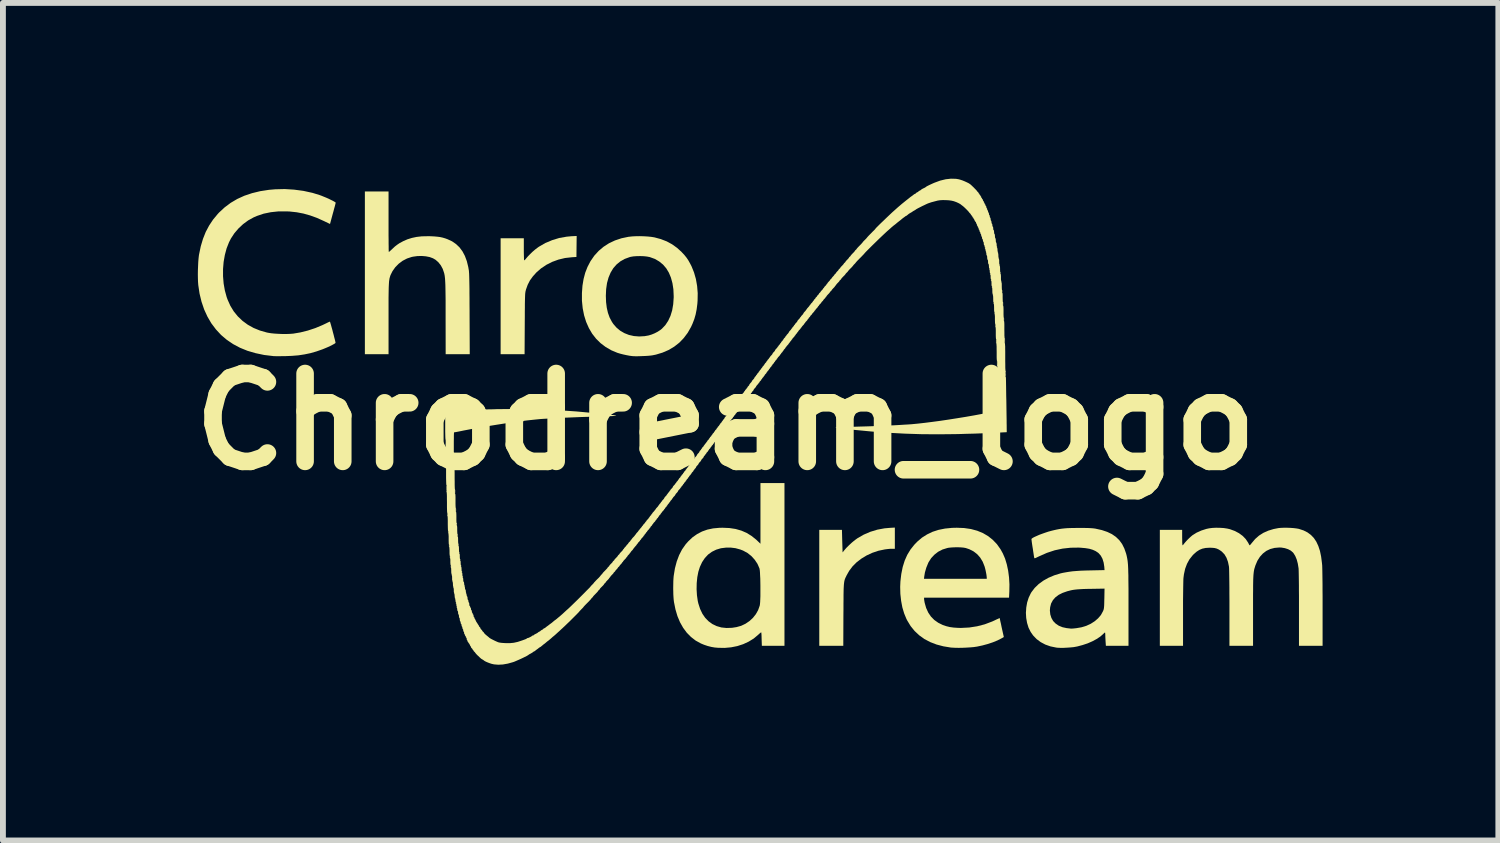
<source format=kicad_pcb>
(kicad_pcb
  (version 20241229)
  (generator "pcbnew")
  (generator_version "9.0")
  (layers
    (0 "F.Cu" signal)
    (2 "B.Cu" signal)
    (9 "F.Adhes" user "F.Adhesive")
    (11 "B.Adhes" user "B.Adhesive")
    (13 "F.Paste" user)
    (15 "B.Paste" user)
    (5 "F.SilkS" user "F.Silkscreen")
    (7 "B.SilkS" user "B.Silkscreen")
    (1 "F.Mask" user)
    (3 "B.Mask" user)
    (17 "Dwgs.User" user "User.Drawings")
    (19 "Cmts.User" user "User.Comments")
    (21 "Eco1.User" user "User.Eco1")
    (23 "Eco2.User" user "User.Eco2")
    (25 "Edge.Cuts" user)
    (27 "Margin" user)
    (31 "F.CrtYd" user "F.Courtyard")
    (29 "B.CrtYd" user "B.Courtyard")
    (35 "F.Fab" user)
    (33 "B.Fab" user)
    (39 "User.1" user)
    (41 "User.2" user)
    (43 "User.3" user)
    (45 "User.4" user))
  (footprint "Chrodream_logo"
    (layer "F.Cu")
    (at 9.336 4.147)
    (property "Reference" "Chrodream_logo" (at 0 0 0) (layer "F.SilkS") (effects (font (size 1.5 1.5) (thickness 0.3))))
    (attr board_only exclude_from_pos_files exclude_from_bom)
    (fp_poly (pts (xy 2.888 1.989) (xy 2.888 2.17) (xy 2.835 2.17) (xy 2.802 2.171) (xy 2.762 2.175) (xy 2.723 2.18) (xy 2.716 2.181) (xy 2.607 2.204) (xy 2.503 2.239) (xy 2.406 2.284) (xy 2.317 2.338) (xy 2.236 2.4) (xy 2.166 2.47) (xy 2.108 2.547) (xy 2.064 2.625) (xy 2.055 2.645) (xy 2.046 2.662) (xy 2.039 2.679) (xy 2.033 2.695) (xy 2.028 2.713) (xy 2.024 2.733) (xy 2.021 2.756) (xy 2.018 2.784) (xy 2.016 2.818) (xy 2.014 2.858) (xy 2.013 2.906) (xy 2.012 2.964) (xy 2.012 3.032) (xy 2.011 3.111) (xy 2.011 3.202) (xy 2.01 3.297) (xy 2.008 3.826) (xy 1.803 3.826) (xy 1.598 3.826) (xy 1.598 2.837) (xy 1.598 1.847) (xy 1.792 1.847) (xy 1.985 1.847) (xy 1.99 2.04) (xy 1.996 2.232) (xy 2.022 2.199) (xy 2.06 2.155) (xy 2.107 2.108) (xy 2.157 2.062) (xy 2.208 2.02) (xy 2.25 1.99) (xy 2.356 1.929) (xy 2.47 1.88) (xy 2.588 1.844) (xy 2.711 1.821) (xy 2.802 1.813) (xy 2.888 1.808)) (stroke (width 0) (type solid)) (fill yes) (layer "F.SilkS"))
    (fp_poly (pts (xy -2.545 -2.99) (xy -2.547 -2.811) (xy -2.626 -2.806) (xy -2.742 -2.793) (xy -2.854 -2.766) (xy -2.961 -2.727) (xy -3.06 -2.677) (xy -3.151 -2.616) (xy -3.229 -2.548) (xy -3.291 -2.479) (xy -3.341 -2.41) (xy -3.379 -2.336) (xy -3.408 -2.255) (xy -3.41 -2.247) (xy -3.413 -2.235) (xy -3.416 -2.224) (xy -3.418 -2.212) (xy -3.42 -2.197) (xy -3.422 -2.18) (xy -3.423 -2.158) (xy -3.424 -2.131) (xy -3.425 -2.098) (xy -3.426 -2.056) (xy -3.427 -2.007) (xy -3.427 -1.947) (xy -3.428 -1.876) (xy -3.428 -1.793) (xy -3.429 -1.697) (xy -3.429 -1.67) (xy -3.432 -1.151) (xy -3.636 -1.151) (xy -3.841 -1.151) (xy -3.841 -2.14) (xy -3.841 -3.13) (xy -3.643 -3.13) (xy -3.445 -3.13) (xy -3.445 -2.944) (xy -3.445 -2.893) (xy -3.444 -2.847) (xy -3.443 -2.808) (xy -3.442 -2.778) (xy -3.441 -2.759) (xy -3.439 -2.753) (xy -3.432 -2.757) (xy -3.419 -2.769) (xy -3.406 -2.785) (xy -3.377 -2.819) (xy -3.339 -2.858) (xy -3.297 -2.899) (xy -3.253 -2.937) (xy -3.211 -2.969) (xy -3.187 -2.986) (xy -3.078 -3.049) (xy -2.961 -3.098) (xy -2.84 -3.135) (xy -2.715 -3.157) (xy -2.63 -3.165) (xy -2.543 -3.169)) (stroke (width 0) (type solid)) (fill yes) (layer "F.SilkS"))
    (fp_poly (pts (xy -5.754 -3.412) (xy -5.754 -3.327) (xy -5.754 -3.246) (xy -5.754 -3.17) (xy -5.753 -3.101) (xy -5.753 -3.04) (xy -5.752 -2.989) (xy -5.752 -2.947) (xy -5.751 -2.917) (xy -5.75 -2.9) (xy -5.75 -2.896) (xy -5.743 -2.9) (xy -5.728 -2.913) (xy -5.707 -2.932) (xy -5.689 -2.949) (xy -5.646 -2.989) (xy -5.606 -3.02) (xy -5.566 -3.047) (xy -5.519 -3.072) (xy -5.507 -3.079) (xy -5.432 -3.112) (xy -5.355 -3.136) (xy -5.275 -3.153) (xy -5.187 -3.163) (xy -5.091 -3.165) (xy -5.048 -3.165) (xy -4.98 -3.162) (xy -4.923 -3.157) (xy -4.875 -3.151) (xy -4.83 -3.141) (xy -4.786 -3.128) (xy -4.748 -3.114) (xy -4.67 -3.078) (xy -4.602 -3.031) (xy -4.543 -2.975) (xy -4.493 -2.908) (xy -4.451 -2.829) (xy -4.418 -2.74) (xy -4.393 -2.638) (xy -4.387 -2.601) (xy -4.384 -2.587) (xy -4.382 -2.571) (xy -4.381 -2.552) (xy -4.379 -2.53) (xy -4.378 -2.503) (xy -4.377 -2.471) (xy -4.376 -2.432) (xy -4.375 -2.385) (xy -4.374 -2.331) (xy -4.373 -2.267) (xy -4.373 -2.192) (xy -4.372 -2.106) (xy -4.372 -2.008) (xy -4.371 -1.897) (xy -4.371 -1.838) (xy -4.368 -1.151) (xy -4.574 -1.151) (xy -4.779 -1.151) (xy -4.78 -1.754) (xy -4.78 -1.872) (xy -4.78 -1.977) (xy -4.78 -2.069) (xy -4.781 -2.149) (xy -4.782 -2.219) (xy -4.783 -2.279) (xy -4.784 -2.33) (xy -4.786 -2.374) (xy -4.788 -2.411) (xy -4.79 -2.442) (xy -4.793 -2.469) (xy -4.796 -2.493) (xy -4.8 -2.513) (xy -4.804 -2.532) (xy -4.806 -2.539) (xy -4.829 -2.607) (xy -4.862 -2.668) (xy -4.904 -2.721) (xy -4.952 -2.763) (xy -4.995 -2.788) (xy -5.051 -2.809) (xy -5.117 -2.822) (xy -5.189 -2.828) (xy -5.263 -2.826) (xy -5.335 -2.816) (xy -5.359 -2.811) (xy -5.438 -2.785) (xy -5.513 -2.746) (xy -5.58 -2.696) (xy -5.639 -2.636) (xy -5.687 -2.568) (xy -5.716 -2.51) (xy -5.723 -2.494) (xy -5.728 -2.478) (xy -5.733 -2.461) (xy -5.738 -2.443) (xy -5.741 -2.422) (xy -5.745 -2.397) (xy -5.747 -2.367) (xy -5.749 -2.332) (xy -5.751 -2.289) (xy -5.752 -2.239) (xy -5.753 -2.18) (xy -5.754 -2.111) (xy -5.754 -2.031) (xy -5.754 -1.939) (xy -5.754 -1.834) (xy -5.754 -1.747) (xy -5.754 -1.151) (xy -5.956 -1.151) (xy -6.158 -1.151) (xy -6.158 -2.54) (xy -6.158 -3.929) (xy -5.956 -3.929) (xy -5.754 -3.929)) (stroke (width 0) (type solid)) (fill yes) (layer "F.SilkS"))
    (fp_poly (pts (xy 1.004 2.437) (xy 1.004 3.826) (xy 0.811 3.826) (xy 0.618 3.826) (xy 0.614 3.713) (xy 0.613 3.674) (xy 0.612 3.64) (xy 0.61 3.614) (xy 0.608 3.599) (xy 0.607 3.596) (xy 0.601 3.599) (xy 0.586 3.61) (xy 0.566 3.628) (xy 0.554 3.639) (xy 0.479 3.702) (xy 0.393 3.755) (xy 0.3 3.798) (xy 0.199 3.831) (xy 0.093 3.852) (xy -0.017 3.862) (xy -0.129 3.86) (xy -0.187 3.855) (xy -0.245 3.845) (xy -0.308 3.829) (xy -0.37 3.808) (xy -0.423 3.786) (xy -0.512 3.737) (xy -0.592 3.675) (xy -0.664 3.602) (xy -0.726 3.518) (xy -0.779 3.424) (xy -0.823 3.319) (xy -0.857 3.204) (xy -0.882 3.079) (xy -0.887 3.039) (xy -0.89 3.001) (xy -0.893 2.951) (xy -0.894 2.895) (xy -0.895 2.86) (xy -0.496 2.86) (xy -0.49 2.963) (xy -0.476 3.061) (xy -0.466 3.104) (xy -0.436 3.197) (xy -0.397 3.279) (xy -0.348 3.35) (xy -0.291 3.408) (xy -0.226 3.455) (xy -0.153 3.49) (xy -0.073 3.513) (xy 0.014 3.522) (xy 0.108 3.519) (xy 0.185 3.507) (xy 0.264 3.485) (xy 0.338 3.45) (xy 0.406 3.404) (xy 0.465 3.35) (xy 0.515 3.287) (xy 0.554 3.218) (xy 0.58 3.145) (xy 0.583 3.134) (xy 0.586 3.111) (xy 0.589 3.077) (xy 0.591 3.032) (xy 0.593 2.98) (xy 0.593 2.922) (xy 0.593 2.861) (xy 0.593 2.798) (xy 0.592 2.737) (xy 0.591 2.678) (xy 0.588 2.624) (xy 0.586 2.577) (xy 0.583 2.54) (xy 0.579 2.514) (xy 0.577 2.505) (xy 0.543 2.427) (xy 0.496 2.357) (xy 0.439 2.294) (xy 0.373 2.242) (xy 0.298 2.201) (xy 0.249 2.182) (xy 0.169 2.16) (xy 0.089 2.15) (xy 0.007 2.15) (xy -0.081 2.161) (xy -0.161 2.185) (xy -0.234 2.221) (xy -0.299 2.268) (xy -0.355 2.328) (xy -0.402 2.398) (xy -0.44 2.48) (xy -0.466 2.562) (xy -0.484 2.655) (xy -0.494 2.756) (xy -0.496 2.86) (xy -0.895 2.86) (xy -0.895 2.835) (xy -0.894 2.774) (xy -0.893 2.718) (xy -0.89 2.669) (xy -0.887 2.635) (xy -0.866 2.505) (xy -0.835 2.387) (xy -0.794 2.278) (xy -0.744 2.181) (xy -0.683 2.094) (xy -0.638 2.043) (xy -0.565 1.974) (xy -0.487 1.919) (xy -0.403 1.875) (xy -0.313 1.843) (xy -0.214 1.822) (xy -0.106 1.812) (xy -0.051 1.811) (xy 0.064 1.816) (xy 0.17 1.832) (xy 0.268 1.86) (xy 0.358 1.899) (xy 0.442 1.951) (xy 0.521 2.014) (xy 0.537 2.029) (xy 0.594 2.084) (xy 0.594 1.566) (xy 0.594 1.048) (xy 0.799 1.048) (xy 1.004 1.048)) (stroke (width 0) (type solid)) (fill yes) (layer "F.SilkS"))
    (fp_poly (pts (xy 4.071 1.816) (xy 4.187 1.833) (xy 4.294 1.862) (xy 4.391 1.902) (xy 4.48 1.954) (xy 4.559 2.017) (xy 4.63 2.091) (xy 4.691 2.177) (xy 4.731 2.249) (xy 4.769 2.337) (xy 4.799 2.436) (xy 4.822 2.544) (xy 4.837 2.659) (xy 4.844 2.778) (xy 4.842 2.9) (xy 4.837 3.005) (xy 4.112 3.005) (xy 3.387 3.005) (xy 3.387 3.023) (xy 3.388 3.039) (xy 3.392 3.064) (xy 3.397 3.092) (xy 3.422 3.18) (xy 3.458 3.259) (xy 3.504 3.327) (xy 3.561 3.385) (xy 3.629 3.433) (xy 3.706 3.471) (xy 3.765 3.491) (xy 3.826 3.506) (xy 3.892 3.515) (xy 3.968 3.52) (xy 4.017 3.521) (xy 4.157 3.514) (xy 4.292 3.493) (xy 4.423 3.459) (xy 4.55 3.411) (xy 4.587 3.394) (xy 4.62 3.378) (xy 4.647 3.366) (xy 4.667 3.357) (xy 4.676 3.352) (xy 4.677 3.352) (xy 4.679 3.36) (xy 4.683 3.379) (xy 4.689 3.409) (xy 4.698 3.447) (xy 4.707 3.491) (xy 4.712 3.515) (xy 4.748 3.676) (xy 4.707 3.7) (xy 4.64 3.734) (xy 4.562 3.766) (xy 4.475 3.795) (xy 4.383 3.82) (xy 4.289 3.84) (xy 4.281 3.841) (xy 4.233 3.848) (xy 4.174 3.853) (xy 4.11 3.857) (xy 4.042 3.86) (xy 3.977 3.861) (xy 3.916 3.86) (xy 3.864 3.857) (xy 3.845 3.856) (xy 3.717 3.835) (xy 3.599 3.804) (xy 3.49 3.762) (xy 3.392 3.71) (xy 3.304 3.647) (xy 3.225 3.573) (xy 3.157 3.489) (xy 3.1 3.395) (xy 3.086 3.368) (xy 3.047 3.274) (xy 3.016 3.17) (xy 2.995 3.058) (xy 2.982 2.94) (xy 2.979 2.82) (xy 2.983 2.729) (xy 2.988 2.683) (xy 3.385 2.683) (xy 3.921 2.683) (xy 4.457 2.683) (xy 4.457 2.666) (xy 4.455 2.643) (xy 4.451 2.611) (xy 4.444 2.573) (xy 4.436 2.534) (xy 4.427 2.498) (xy 4.419 2.47) (xy 4.387 2.39) (xy 4.345 2.321) (xy 4.293 2.262) (xy 4.232 2.215) (xy 4.16 2.178) (xy 4.098 2.157) (xy 4.06 2.15) (xy 4.012 2.146) (xy 3.958 2.144) (xy 3.903 2.145) (xy 3.849 2.148) (xy 3.802 2.153) (xy 3.78 2.158) (xy 3.7 2.183) (xy 3.627 2.221) (xy 3.563 2.271) (xy 3.508 2.33) (xy 3.464 2.399) (xy 3.457 2.413) (xy 3.425 2.492) (xy 3.401 2.575) (xy 3.39 2.641) (xy 3.385 2.683) (xy 2.988 2.683) (xy 2.998 2.6) (xy 3.022 2.481) (xy 3.056 2.372) (xy 3.1 2.273) (xy 3.155 2.183) (xy 3.22 2.101) (xy 3.271 2.048) (xy 3.351 1.98) (xy 3.438 1.925) (xy 3.532 1.88) (xy 3.634 1.847) (xy 3.744 1.825) (xy 3.864 1.813) (xy 3.946 1.811)) (stroke (width 0) (type solid)) (fill yes) (layer "F.SilkS"))
    (fp_poly (pts (xy -1.395 -3.164) (xy -1.329 -3.16) (xy -1.269 -3.154) (xy -1.22 -3.146) (xy -1.218 -3.146) (xy -1.107 -3.116) (xy -1.006 -3.077) (xy -0.914 -3.027) (xy -0.829 -2.966) (xy -0.75 -2.894) (xy -0.75 -2.893) (xy -0.704 -2.844) (xy -0.667 -2.798) (xy -0.635 -2.75) (xy -0.605 -2.696) (xy -0.582 -2.651) (xy -0.54 -2.547) (xy -0.508 -2.435) (xy -0.487 -2.316) (xy -0.477 -2.193) (xy -0.479 -2.067) (xy -0.483 -2.012) (xy -0.495 -1.917) (xy -0.512 -1.831) (xy -0.535 -1.751) (xy -0.565 -1.673) (xy -0.591 -1.616) (xy -0.648 -1.516) (xy -0.715 -1.427) (xy -0.791 -1.348) (xy -0.878 -1.28) (xy -0.974 -1.223) (xy -1.078 -1.178) (xy -1.191 -1.144) (xy -1.25 -1.132) (xy -1.28 -1.128) (xy -1.322 -1.124) (xy -1.371 -1.121) (xy -1.423 -1.119) (xy -1.475 -1.117) (xy -1.524 -1.116) (xy -1.565 -1.117) (xy -1.594 -1.119) (xy -1.64 -1.125) (xy -1.693 -1.135) (xy -1.748 -1.147) (xy -1.799 -1.16) (xy -1.842 -1.173) (xy -1.846 -1.174) (xy -1.951 -1.218) (xy -2.048 -1.274) (xy -2.135 -1.34) (xy -2.212 -1.416) (xy -2.279 -1.502) (xy -2.335 -1.598) (xy -2.381 -1.702) (xy -2.416 -1.814) (xy -2.44 -1.935) (xy -2.453 -2.063) (xy -2.453 -2.147) (xy -2.045 -2.147) (xy -2.041 -2.039) (xy -2.029 -1.943) (xy -2.009 -1.856) (xy -1.98 -1.776) (xy -1.941 -1.703) (xy -1.917 -1.667) (xy -1.863 -1.605) (xy -1.801 -1.553) (xy -1.729 -1.511) (xy -1.651 -1.48) (xy -1.566 -1.461) (xy -1.477 -1.454) (xy -1.384 -1.459) (xy -1.316 -1.471) (xy -1.266 -1.486) (xy -1.212 -1.508) (xy -1.16 -1.535) (xy -1.114 -1.565) (xy -1.09 -1.584) (xy -1.03 -1.647) (xy -0.981 -1.721) (xy -0.942 -1.805) (xy -0.913 -1.899) (xy -0.895 -2.004) (xy -0.887 -2.118) (xy -0.887 -2.145) (xy -0.892 -2.259) (xy -0.908 -2.363) (xy -0.934 -2.458) (xy -0.969 -2.542) (xy -1.014 -2.617) (xy -1.069 -2.681) (xy -1.134 -2.734) (xy -1.207 -2.777) (xy -1.29 -2.807) (xy -1.296 -2.809) (xy -1.342 -2.818) (xy -1.397 -2.824) (xy -1.457 -2.826) (xy -1.517 -2.825) (xy -1.574 -2.821) (xy -1.622 -2.813) (xy -1.637 -2.809) (xy -1.722 -2.778) (xy -1.797 -2.736) (xy -1.862 -2.683) (xy -1.918 -2.619) (xy -1.963 -2.545) (xy -1.999 -2.46) (xy -2.025 -2.366) (xy -2.04 -2.261) (xy -2.045 -2.147) (xy -2.453 -2.147) (xy -2.453 -2.195) (xy -2.444 -2.32) (xy -2.425 -2.435) (xy -2.397 -2.541) (xy -2.358 -2.641) (xy -2.309 -2.735) (xy -2.305 -2.742) (xy -2.241 -2.834) (xy -2.167 -2.915) (xy -2.084 -2.985) (xy -1.991 -3.045) (xy -1.889 -3.093) (xy -1.778 -3.13) (xy -1.659 -3.155) (xy -1.648 -3.156) (xy -1.594 -3.162) (xy -1.532 -3.165) (xy -1.464 -3.166)) (stroke (width 0) (type solid)) (fill yes) (layer "F.SilkS"))
    (fp_poly (pts (xy -7.365 -3.96) (xy -7.207 -3.939) (xy -7.052 -3.905) (xy -6.935 -3.869) (xy -6.899 -3.856) (xy -6.86 -3.84) (xy -6.818 -3.823) (xy -6.777 -3.805) (xy -6.739 -3.786) (xy -6.706 -3.77) (xy -6.679 -3.755) (xy -6.662 -3.744) (xy -6.656 -3.738) (xy -6.658 -3.729) (xy -6.663 -3.708) (xy -6.671 -3.676) (xy -6.682 -3.637) (xy -6.694 -3.591) (xy -6.705 -3.552) (xy -6.753 -3.374) (xy -6.857 -3.424) (xy -6.977 -3.478) (xy -7.093 -3.52) (xy -7.207 -3.552) (xy -7.323 -3.574) (xy -7.444 -3.587) (xy -7.495 -3.589) (xy -7.632 -3.589) (xy -7.763 -3.575) (xy -7.885 -3.55) (xy -8.001 -3.511) (xy -8.058 -3.486) (xy -8.15 -3.435) (xy -8.237 -3.371) (xy -8.316 -3.297) (xy -8.386 -3.215) (xy -8.445 -3.125) (xy -8.477 -3.062) (xy -8.518 -2.958) (xy -8.548 -2.846) (xy -8.569 -2.727) (xy -8.579 -2.605) (xy -8.579 -2.481) (xy -8.569 -2.359) (xy -8.548 -2.239) (xy -8.517 -2.126) (xy -8.501 -2.082) (xy -8.454 -1.977) (xy -8.396 -1.882) (xy -8.326 -1.796) (xy -8.246 -1.72) (xy -8.156 -1.654) (xy -8.057 -1.599) (xy -7.949 -1.555) (xy -7.833 -1.522) (xy -7.809 -1.517) (xy -7.76 -1.509) (xy -7.701 -1.503) (xy -7.635 -1.499) (xy -7.566 -1.496) (xy -7.499 -1.496) (xy -7.438 -1.498) (xy -7.386 -1.502) (xy -7.383 -1.502) (xy -7.259 -1.523) (xy -7.131 -1.555) (xy -7.004 -1.597) (xy -6.882 -1.648) (xy -6.815 -1.68) (xy -6.789 -1.693) (xy -6.769 -1.702) (xy -6.757 -1.707) (xy -6.755 -1.707) (xy -6.751 -1.698) (xy -6.745 -1.678) (xy -6.736 -1.648) (xy -6.726 -1.611) (xy -6.714 -1.569) (xy -6.703 -1.525) (xy -6.691 -1.481) (xy -6.681 -1.44) (xy -6.671 -1.403) (xy -6.664 -1.373) (xy -6.66 -1.353) (xy -6.659 -1.344) (xy -6.668 -1.336) (xy -6.687 -1.324) (xy -6.715 -1.309) (xy -6.75 -1.291) (xy -6.789 -1.273) (xy -6.829 -1.256) (xy -6.868 -1.24) (xy -6.88 -1.235) (xy -6.986 -1.198) (xy -7.087 -1.169) (xy -7.188 -1.148) (xy -7.292 -1.132) (xy -7.403 -1.123) (xy -7.524 -1.118) (xy -7.525 -1.118) (xy -7.574 -1.118) (xy -7.62 -1.117) (xy -7.661 -1.117) (xy -7.694 -1.118) (xy -7.715 -1.118) (xy -7.719 -1.119) (xy -7.877 -1.138) (xy -8.024 -1.169) (xy -8.161 -1.209) (xy -8.289 -1.261) (xy -8.406 -1.323) (xy -8.514 -1.396) (xy -8.612 -1.479) (xy -8.7 -1.574) (xy -8.779 -1.679) (xy -8.845 -1.792) (xy -8.901 -1.914) (xy -8.946 -2.046) (xy -8.98 -2.186) (xy -9.002 -2.333) (xy -9.002 -2.336) (xy -9.006 -2.386) (xy -9.008 -2.447) (xy -9.009 -2.514) (xy -9.008 -2.585) (xy -9.005 -2.657) (xy -9.002 -2.725) (xy -8.997 -2.786) (xy -8.991 -2.838) (xy -8.988 -2.855) (xy -8.959 -2.994) (xy -8.921 -3.121) (xy -8.874 -3.239) (xy -8.816 -3.348) (xy -8.749 -3.449) (xy -8.67 -3.544) (xy -8.647 -3.569) (xy -8.552 -3.657) (xy -8.448 -3.735) (xy -8.336 -3.801) (xy -8.215 -3.856) (xy -8.084 -3.9) (xy -7.944 -3.934) (xy -7.794 -3.957) (xy -7.687 -3.966) (xy -7.526 -3.97)) (stroke (width 0) (type solid)) (fill yes) (layer "F.SilkS"))
    (fp_poly (pts (xy 8.436 1.812) (xy 8.501 1.816) (xy 8.561 1.825) (xy 8.608 1.836) (xy 8.69 1.866) (xy 8.762 1.904) (xy 8.826 1.951) (xy 8.877 2.004) (xy 8.917 2.064) (xy 8.926 2.081) (xy 8.935 2.099) (xy 8.943 2.11) (xy 8.945 2.111) (xy 8.951 2.106) (xy 8.964 2.092) (xy 8.979 2.073) (xy 9.038 2.003) (xy 9.104 1.945) (xy 9.178 1.898) (xy 9.261 1.861) (xy 9.353 1.833) (xy 9.434 1.817) (xy 9.475 1.813) (xy 9.526 1.811) (xy 9.582 1.811) (xy 9.639 1.813) (xy 9.695 1.817) (xy 9.744 1.823) (xy 9.783 1.83) (xy 9.789 1.832) (xy 9.865 1.857) (xy 9.932 1.891) (xy 9.99 1.934) (xy 10.04 1.986) (xy 10.082 2.049) (xy 10.116 2.122) (xy 10.144 2.207) (xy 10.164 2.303) (xy 10.178 2.412) (xy 10.182 2.452) (xy 10.183 2.478) (xy 10.184 2.517) (xy 10.185 2.568) (xy 10.186 2.632) (xy 10.187 2.706) (xy 10.188 2.789) (xy 10.188 2.881) (xy 10.189 2.981) (xy 10.189 3.087) (xy 10.189 3.191) (xy 10.189 3.826) (xy 9.988 3.826) (xy 9.786 3.826) (xy 9.786 3.198) (xy 9.786 3.087) (xy 9.786 2.982) (xy 9.785 2.886) (xy 9.785 2.798) (xy 9.784 2.72) (xy 9.783 2.652) (xy 9.782 2.595) (xy 9.781 2.551) (xy 9.78 2.519) (xy 9.779 2.503) (xy 9.766 2.423) (xy 9.747 2.352) (xy 9.722 2.292) (xy 9.692 2.244) (xy 9.684 2.234) (xy 9.647 2.202) (xy 9.6 2.177) (xy 9.544 2.159) (xy 9.483 2.149) (xy 9.45 2.148) (xy 9.37 2.155) (xy 9.296 2.174) (xy 9.229 2.206) (xy 9.17 2.251) (xy 9.119 2.307) (xy 9.076 2.375) (xy 9.042 2.455) (xy 9.041 2.458) (xy 9.035 2.478) (xy 9.029 2.497) (xy 9.023 2.517) (xy 9.019 2.537) (xy 9.015 2.56) (xy 9.012 2.586) (xy 9.009 2.616) (xy 9.007 2.651) (xy 9.005 2.693) (xy 9.004 2.742) (xy 9.003 2.8) (xy 9.003 2.867) (xy 9.002 2.945) (xy 9.002 3.035) (xy 9.002 3.137) (xy 9.002 3.235) (xy 9.002 3.826) (xy 8.8 3.826) (xy 8.599 3.826) (xy 8.599 3.178) (xy 8.599 3.049) (xy 8.598 2.931) (xy 8.598 2.826) (xy 8.597 2.734) (xy 8.596 2.656) (xy 8.595 2.59) (xy 8.594 2.539) (xy 8.593 2.501) (xy 8.591 2.478) (xy 8.591 2.474) (xy 8.574 2.393) (xy 8.549 2.324) (xy 8.515 2.266) (xy 8.471 2.22) (xy 8.454 2.207) (xy 8.418 2.183) (xy 8.383 2.167) (xy 8.345 2.157) (xy 8.3 2.153) (xy 8.258 2.152) (xy 8.193 2.156) (xy 8.136 2.168) (xy 8.086 2.189) (xy 8.038 2.22) (xy 7.989 2.263) (xy 7.969 2.284) (xy 7.916 2.351) (xy 7.875 2.426) (xy 7.843 2.511) (xy 7.822 2.607) (xy 7.815 2.662) (xy 7.813 2.683) (xy 7.812 2.718) (xy 7.811 2.766) (xy 7.81 2.825) (xy 7.809 2.894) (xy 7.808 2.973) (xy 7.807 3.061) (xy 7.807 3.155) (xy 7.807 3.256) (xy 7.807 3.281) (xy 7.807 3.826) (xy 7.609 3.826) (xy 7.411 3.826) (xy 7.411 2.837) (xy 7.411 1.847) (xy 7.602 1.847) (xy 7.792 1.847) (xy 7.792 1.979) (xy 7.793 2.021) (xy 7.793 2.058) (xy 7.795 2.087) (xy 7.797 2.105) (xy 7.798 2.111) (xy 7.806 2.106) (xy 7.818 2.092) (xy 7.827 2.08) (xy 7.847 2.056) (xy 7.874 2.026) (xy 7.905 1.995) (xy 7.936 1.966) (xy 7.963 1.943) (xy 7.968 1.939) (xy 8.038 1.895) (xy 8.118 1.859) (xy 8.205 1.831) (xy 8.252 1.821) (xy 8.307 1.814) (xy 8.369 1.811)) (stroke (width 0) (type solid)) (fill yes) (layer "F.SilkS"))
    (fp_poly (pts (xy 6.096 1.814) (xy 6.15 1.815) (xy 6.195 1.816) (xy 6.231 1.818) (xy 6.262 1.82) (xy 6.289 1.823) (xy 6.316 1.827) (xy 6.319 1.828) (xy 6.422 1.851) (xy 6.514 1.882) (xy 6.593 1.92) (xy 6.661 1.967) (xy 6.719 2.023) (xy 6.767 2.089) (xy 6.805 2.165) (xy 6.835 2.251) (xy 6.843 2.281) (xy 6.848 2.304) (xy 6.853 2.328) (xy 6.857 2.352) (xy 6.861 2.377) (xy 6.864 2.406) (xy 6.867 2.438) (xy 6.869 2.475) (xy 6.871 2.518) (xy 6.872 2.567) (xy 6.874 2.624) (xy 6.874 2.69) (xy 6.875 2.766) (xy 6.876 2.852) (xy 6.876 2.951) (xy 6.876 3.062) (xy 6.876 3.172) (xy 6.876 3.826) (xy 6.683 3.826) (xy 6.49 3.826) (xy 6.485 3.755) (xy 6.483 3.718) (xy 6.481 3.681) (xy 6.48 3.65) (xy 6.48 3.641) (xy 6.479 3.619) (xy 6.477 3.603) (xy 6.474 3.599) (xy 6.466 3.604) (xy 6.452 3.617) (xy 6.443 3.626) (xy 6.394 3.669) (xy 6.332 3.71) (xy 6.26 3.749) (xy 6.18 3.784) (xy 6.093 3.813) (xy 6.003 3.837) (xy 5.982 3.841) (xy 5.937 3.849) (xy 5.884 3.854) (xy 5.826 3.858) (xy 5.767 3.861) (xy 5.712 3.861) (xy 5.665 3.859) (xy 5.641 3.856) (xy 5.544 3.836) (xy 5.456 3.805) (xy 5.377 3.763) (xy 5.307 3.711) (xy 5.247 3.648) (xy 5.206 3.589) (xy 5.17 3.517) (xy 5.145 3.436) (xy 5.13 3.351) (xy 5.125 3.262) (xy 5.128 3.222) (xy 5.534 3.222) (xy 5.541 3.29) (xy 5.56 3.35) (xy 5.59 3.403) (xy 5.633 3.447) (xy 5.686 3.483) (xy 5.75 3.509) (xy 5.824 3.525) (xy 5.829 3.525) (xy 5.863 3.529) (xy 5.889 3.532) (xy 5.914 3.532) (xy 5.942 3.53) (xy 5.978 3.526) (xy 5.987 3.525) (xy 6.074 3.51) (xy 6.156 3.485) (xy 6.232 3.45) (xy 6.299 3.407) (xy 6.357 3.357) (xy 6.405 3.301) (xy 6.439 3.239) (xy 6.444 3.228) (xy 6.45 3.213) (xy 6.454 3.198) (xy 6.457 3.181) (xy 6.459 3.16) (xy 6.461 3.132) (xy 6.462 3.095) (xy 6.463 3.046) (xy 6.464 3.017) (xy 6.467 2.85) (xy 6.237 2.854) (xy 6.162 2.855) (xy 6.1 2.857) (xy 6.047 2.86) (xy 6.003 2.863) (xy 5.964 2.867) (xy 5.928 2.872) (xy 5.893 2.879) (xy 5.858 2.888) (xy 5.831 2.895) (xy 5.751 2.923) (xy 5.683 2.957) (xy 5.628 2.999) (xy 5.585 3.048) (xy 5.555 3.104) (xy 5.539 3.167) (xy 5.534 3.222) (xy 5.128 3.222) (xy 5.131 3.173) (xy 5.146 3.087) (xy 5.172 3.005) (xy 5.208 2.93) (xy 5.22 2.91) (xy 5.275 2.838) (xy 5.342 2.773) (xy 5.421 2.715) (xy 5.51 2.665) (xy 5.609 2.623) (xy 5.716 2.59) (xy 5.755 2.581) (xy 5.81 2.571) (xy 5.865 2.562) (xy 5.925 2.554) (xy 5.99 2.549) (xy 6.063 2.544) (xy 6.147 2.541) (xy 6.237 2.539) (xy 6.467 2.534) (xy 6.463 2.478) (xy 6.452 2.406) (xy 6.432 2.341) (xy 6.403 2.287) (xy 6.365 2.244) (xy 6.355 2.236) (xy 6.314 2.209) (xy 6.265 2.187) (xy 6.208 2.17) (xy 6.14 2.159) (xy 6.061 2.152) (xy 6.029 2.15) (xy 5.888 2.152) (xy 5.751 2.167) (xy 5.616 2.196) (xy 5.483 2.24) (xy 5.352 2.298) (xy 5.35 2.299) (xy 5.316 2.315) (xy 5.294 2.326) (xy 5.28 2.331) (xy 5.273 2.332) (xy 5.269 2.328) (xy 5.267 2.322) (xy 5.264 2.308) (xy 5.26 2.283) (xy 5.255 2.25) (xy 5.249 2.211) (xy 5.243 2.169) (xy 5.236 2.127) (xy 5.23 2.087) (xy 5.225 2.052) (xy 5.222 2.025) (xy 5.22 2.008) (xy 5.219 2.005) (xy 5.226 1.995) (xy 5.245 1.982) (xy 5.274 1.967) (xy 5.312 1.95) (xy 5.355 1.931) (xy 5.404 1.913) (xy 5.455 1.895) (xy 5.506 1.878) (xy 5.557 1.864) (xy 5.593 1.855) (xy 5.645 1.843) (xy 5.692 1.834) (xy 5.737 1.827) (xy 5.783 1.822) (xy 5.833 1.818) (xy 5.888 1.816) (xy 5.953 1.815) (xy 6.029 1.814)) (stroke (width 0) (type solid)) (fill yes) (layer "F.SilkS"))
    (fp_poly (pts (xy 3.931 -4.145) (xy 3.978 -4.137) (xy 4.007 -4.129) (xy 4.043 -4.117) (xy 4.082 -4.101) (xy 4.119 -4.084) (xy 4.151 -4.068) (xy 4.173 -4.053) (xy 4.176 -4.051) (xy 4.192 -4.037) (xy 4.212 -4.018) (xy 4.234 -3.997) (xy 4.255 -3.975) (xy 4.273 -3.957) (xy 4.285 -3.944) (xy 4.288 -3.938) (xy 4.294 -3.93) (xy 4.303 -3.922) (xy 4.314 -3.91) (xy 4.318 -3.902) (xy 4.322 -3.893) (xy 4.325 -3.892) (xy 4.331 -3.887) (xy 4.332 -3.881) (xy 4.336 -3.872) (xy 4.34 -3.87) (xy 4.346 -3.865) (xy 4.347 -3.859) (xy 4.351 -3.85) (xy 4.354 -3.848) (xy 4.36 -3.842) (xy 4.362 -3.834) (xy 4.365 -3.822) (xy 4.369 -3.819) (xy 4.375 -3.813) (xy 4.376 -3.808) (xy 4.38 -3.798) (xy 4.384 -3.797) (xy 4.39 -3.791) (xy 4.391 -3.783) (xy 4.394 -3.771) (xy 4.398 -3.768) (xy 4.404 -3.762) (xy 4.406 -3.753) (xy 4.409 -3.741) (xy 4.413 -3.739) (xy 4.419 -3.732) (xy 4.42 -3.724) (xy 4.423 -3.712) (xy 4.428 -3.709) (xy 4.434 -3.703) (xy 4.435 -3.695) (xy 4.438 -3.683) (xy 4.442 -3.68) (xy 4.448 -3.674) (xy 4.45 -3.662) (xy 4.452 -3.648) (xy 4.457 -3.643) (xy 4.462 -3.637) (xy 4.464 -3.625) (xy 4.467 -3.611) (xy 4.472 -3.607) (xy 4.477 -3.6) (xy 4.479 -3.588) (xy 4.481 -3.574) (xy 4.486 -3.57) (xy 4.491 -3.564) (xy 4.494 -3.548) (xy 4.494 -3.548) (xy 4.496 -3.532) (xy 4.501 -3.526) (xy 4.501 -3.526) (xy 4.506 -3.52) (xy 4.508 -3.504) (xy 4.508 -3.504) (xy 4.51 -3.489) (xy 4.515 -3.482) (xy 4.516 -3.482) (xy 4.52 -3.476) (xy 4.523 -3.46) (xy 4.523 -3.456) (xy 4.525 -3.439) (xy 4.529 -3.431) (xy 4.53 -3.431) (xy 4.535 -3.424) (xy 4.537 -3.408) (xy 4.538 -3.405) (xy 4.539 -3.388) (xy 4.544 -3.38) (xy 4.545 -3.379) (xy 4.55 -3.373) (xy 4.552 -3.357) (xy 4.552 -3.354) (xy 4.554 -3.337) (xy 4.559 -3.328) (xy 4.56 -3.328) (xy 4.564 -3.322) (xy 4.567 -3.305) (xy 4.567 -3.299) (xy 4.568 -3.28) (xy 4.573 -3.27) (xy 4.574 -3.269) (xy 4.579 -3.263) (xy 4.581 -3.246) (xy 4.582 -3.236) (xy 4.583 -3.217) (xy 4.587 -3.205) (xy 4.589 -3.203) (xy 4.593 -3.197) (xy 4.596 -3.18) (xy 4.596 -3.167) (xy 4.598 -3.146) (xy 4.601 -3.133) (xy 4.604 -3.13) (xy 4.608 -3.124) (xy 4.61 -3.107) (xy 4.611 -3.093) (xy 4.612 -3.073) (xy 4.616 -3.059) (xy 4.618 -3.057) (xy 4.622 -3.05) (xy 4.625 -3.033) (xy 4.626 -3.02) (xy 4.627 -2.995) (xy 4.633 -2.984) (xy 4.635 -2.983) (xy 4.638 -2.981) (xy 4.633 -2.976) (xy 4.627 -2.97) (xy 4.631 -2.969) (xy 4.637 -2.962) (xy 4.64 -2.94) (xy 4.64 -2.932) (xy 4.642 -2.907) (xy 4.647 -2.896) (xy 4.649 -2.895) (xy 4.653 -2.893) (xy 4.648 -2.888) (xy 4.642 -2.882) (xy 4.646 -2.881) (xy 4.651 -2.875) (xy 4.654 -2.856) (xy 4.655 -2.837) (xy 4.656 -2.809) (xy 4.66 -2.795) (xy 4.664 -2.793) (xy 4.668 -2.79) (xy 4.662 -2.786) (xy 4.656 -2.78) (xy 4.66 -2.778) (xy 4.666 -2.773) (xy 4.669 -2.755) (xy 4.669 -2.727) (xy 4.67 -2.697) (xy 4.674 -2.68) (xy 4.679 -2.676) (xy 4.682 -2.673) (xy 4.677 -2.668) (xy 4.671 -2.662) (xy 4.675 -2.661) (xy 4.68 -2.656) (xy 4.683 -2.64) (xy 4.684 -2.611) (xy 4.684 -2.602) (xy 4.685 -2.57) (xy 4.687 -2.551) (xy 4.692 -2.544) (xy 4.693 -2.544) (xy 4.697 -2.541) (xy 4.691 -2.536) (xy 4.686 -2.53) (xy 4.69 -2.529) (xy 4.694 -2.524) (xy 4.697 -2.509) (xy 4.699 -2.481) (xy 4.699 -2.463) (xy 4.699 -2.429) (xy 4.702 -2.408) (xy 4.705 -2.398) (xy 4.708 -2.397) (xy 4.712 -2.394) (xy 4.706 -2.39) (xy 4.7 -2.384) (xy 4.704 -2.383) (xy 4.709 -2.378) (xy 4.712 -2.363) (xy 4.713 -2.337) (xy 4.713 -2.309) (xy 4.714 -2.273) (xy 4.716 -2.25) (xy 4.719 -2.238) (xy 4.723 -2.236) (xy 4.726 -2.233) (xy 4.721 -2.228) (xy 4.714 -2.223) (xy 4.719 -2.221) (xy 4.721 -2.221) (xy 4.728 -2.22) (xy 4.723 -2.215) (xy 4.721 -2.214) (xy 4.715 -2.208) (xy 4.719 -2.207) (xy 4.723 -2.202) (xy 4.726 -2.189) (xy 4.728 -2.164) (xy 4.728 -2.127) (xy 4.728 -2.118) (xy 4.729 -2.079) (xy 4.73 -2.052) (xy 4.733 -2.036) (xy 4.736 -2.031) (xy 4.737 -2.03) (xy 4.741 -2.028) (xy 4.735 -2.023) (xy 4.728 -2.017) (xy 4.734 -2.016) (xy 4.735 -2.016) (xy 4.743 -2.015) (xy 4.737 -2.01) (xy 4.735 -2.009) (xy 4.728 -2.003) (xy 4.734 -2.001) (xy 4.735 -2.001) (xy 4.743 -2) (xy 4.737 -1.995) (xy 4.735 -1.994) (xy 4.73 -1.988) (xy 4.734 -1.987) (xy 4.737 -1.983) (xy 4.74 -1.97) (xy 4.742 -1.948) (xy 4.743 -1.913) (xy 4.743 -1.877) (xy 4.743 -1.832) (xy 4.744 -1.8) (xy 4.746 -1.779) (xy 4.749 -1.769) (xy 4.752 -1.767) (xy 4.756 -1.764) (xy 4.75 -1.759) (xy 4.743 -1.754) (xy 4.748 -1.752) (xy 4.75 -1.752) (xy 4.757 -1.751) (xy 4.752 -1.746) (xy 4.75 -1.745) (xy 4.743 -1.739) (xy 4.748 -1.737) (xy 4.75 -1.737) (xy 4.757 -1.736) (xy 4.752 -1.731) (xy 4.75 -1.73) (xy 4.744 -1.724) (xy 4.748 -1.723) (xy 4.752 -1.719) (xy 4.754 -1.708) (xy 4.756 -1.688) (xy 4.757 -1.657) (xy 4.757 -1.613) (xy 4.757 -1.569) (xy 4.758 -1.515) (xy 4.758 -1.474) (xy 4.76 -1.445) (xy 4.761 -1.427) (xy 4.764 -1.417) (xy 4.767 -1.415) (xy 4.77 -1.412) (xy 4.765 -1.407) (xy 4.757 -1.402) (xy 4.763 -1.4) (xy 4.765 -1.4) (xy 4.772 -1.399) (xy 4.767 -1.394) (xy 4.765 -1.393) (xy 4.757 -1.387) (xy 4.763 -1.386) (xy 4.765 -1.385) (xy 4.772 -1.384) (xy 4.767 -1.379) (xy 4.765 -1.378) (xy 4.757 -1.372) (xy 4.763 -1.371) (xy 4.765 -1.371) (xy 4.772 -1.37) (xy 4.767 -1.365) (xy 4.765 -1.363) (xy 4.757 -1.358) (xy 4.763 -1.356) (xy 4.765 -1.356) (xy 4.772 -1.355) (xy 4.767 -1.35) (xy 4.765 -1.349) (xy 4.759 -1.343) (xy 4.763 -1.342) (xy 4.766 -1.338) (xy 4.768 -1.328) (xy 4.769 -1.31) (xy 4.771 -1.283) (xy 4.771 -1.244) (xy 4.772 -1.194) (xy 4.772 -1.132) (xy 4.772 -1.1) (xy 4.772 -1.031) (xy 4.773 -0.975) (xy 4.773 -0.932) (xy 4.774 -0.9) (xy 4.776 -0.878) (xy 4.778 -0.864) (xy 4.78 -0.858) (xy 4.781 -0.858) (xy 4.785 -0.855) (xy 4.779 -0.85) (xy 4.772 -0.845) (xy 4.778 -0.843) (xy 4.779 -0.843) (xy 4.787 -0.842) (xy 4.781 -0.837) (xy 4.779 -0.836) (xy 4.772 -0.83) (xy 4.778 -0.828) (xy 4.779 -0.828) (xy 4.787 -0.827) (xy 4.781 -0.822) (xy 4.779 -0.821) (xy 4.772 -0.815) (xy 4.778 -0.814) (xy 4.779 -0.814) (xy 4.787 -0.813) (xy 4.781 -0.808) (xy 4.779 -0.806) (xy 4.772 -0.801) (xy 4.778 -0.799) (xy 4.779 -0.799) (xy 4.787 -0.798) (xy 4.781 -0.793) (xy 4.779 -0.792) (xy 4.772 -0.786) (xy 4.778 -0.784) (xy 4.779 -0.784) (xy 4.787 -0.783) (xy 4.781 -0.778) (xy 4.779 -0.777) (xy 4.774 -0.771) (xy 4.776 -0.77) (xy 4.781 -0.763) (xy 4.784 -0.748) (xy 4.784 -0.746) (xy 4.785 -0.697) (xy 4.786 -0.64) (xy 4.787 -0.575) (xy 4.788 -0.505) (xy 4.789 -0.432) (xy 4.791 -0.358) (xy 4.792 -0.283) (xy 4.793 -0.21) (xy 4.794 -0.141) (xy 4.795 -0.078) (xy 4.796 -0.021) (xy 4.796 0.026) (xy 4.797 0.063) (xy 4.797 0.088) (xy 4.797 0.092) (xy 4.798 0.18) (xy 4.695 0.185) (xy 4.59 0.19) (xy 4.496 0.194) (xy 4.412 0.198) (xy 4.332 0.201) (xy 4.256 0.204) (xy 4.179 0.206) (xy 4.099 0.208) (xy 4.012 0.211) (xy 3.918 0.213) (xy 3.628 0.216) (xy 3.344 0.214) (xy 3.064 0.205) (xy 2.782 0.19) (xy 2.496 0.169) (xy 2.202 0.141) (xy 2.111 0.131) (xy 2.055 0.125) (xy 2.005 0.12) (xy 1.963 0.115) (xy 1.928 0.112) (xy 1.902 0.108) (xy 1.884 0.105) (xy 1.875 0.103) (xy 1.876 0.101) (xy 1.887 0.099) (xy 1.909 0.097) (xy 1.942 0.095) (xy 1.987 0.093) (xy 2.044 0.092) (xy 2.113 0.089) (xy 2.196 0.087) (xy 2.292 0.084) (xy 2.403 0.081) (xy 2.404 0.081) (xy 2.496 0.078) (xy 2.592 0.074) (xy 2.69 0.07) (xy 2.786 0.066) (xy 2.879 0.062) (xy 2.967 0.057) (xy 3.047 0.052) (xy 3.117 0.048) (xy 3.174 0.044) (xy 3.278 0.034) (xy 3.394 0.021) (xy 3.521 0.005) (xy 3.656 -0.013) (xy 3.798 -0.034) (xy 3.944 -0.057) (xy 4.093 -0.081) (xy 4.242 -0.107) (xy 4.391 -0.135) (xy 4.536 -0.163) (xy 4.624 -0.18) (xy 4.649 -0.185) (xy 4.643 -0.41) (xy 4.642 -0.476) (xy 4.641 -0.548) (xy 4.64 -0.62) (xy 4.639 -0.689) (xy 4.639 -0.751) (xy 4.639 -0.797) (xy 4.639 -0.853) (xy 4.639 -0.895) (xy 4.638 -0.926) (xy 4.637 -0.946) (xy 4.634 -0.957) (xy 4.631 -0.96) (xy 4.631 -0.96) (xy 4.627 -0.963) (xy 4.633 -0.968) (xy 4.64 -0.973) (xy 4.635 -0.975) (xy 4.633 -0.975) (xy 4.626 -0.976) (xy 4.631 -0.981) (xy 4.633 -0.982) (xy 4.64 -0.988) (xy 4.635 -0.99) (xy 4.633 -0.99) (xy 4.626 -0.991) (xy 4.631 -0.996) (xy 4.633 -0.997) (xy 4.64 -1.003) (xy 4.635 -1.004) (xy 4.633 -1.004) (xy 4.626 -1.005) (xy 4.631 -1.01) (xy 4.633 -1.012) (xy 4.64 -1.017) (xy 4.635 -1.019) (xy 4.633 -1.019) (xy 4.626 -1.02) (xy 4.631 -1.025) (xy 4.633 -1.026) (xy 4.639 -1.032) (xy 4.635 -1.033) (xy 4.631 -1.037) (xy 4.629 -1.048) (xy 4.627 -1.069) (xy 4.626 -1.1) (xy 4.626 -1.143) (xy 4.626 -1.188) (xy 4.625 -1.241) (xy 4.625 -1.282) (xy 4.623 -1.311) (xy 4.622 -1.33) (xy 4.619 -1.339) (xy 4.616 -1.342) (xy 4.613 -1.344) (xy 4.618 -1.349) (xy 4.625 -1.355) (xy 4.62 -1.356) (xy 4.618 -1.356) (xy 4.611 -1.357) (xy 4.616 -1.362) (xy 4.618 -1.363) (xy 4.625 -1.369) (xy 4.62 -1.371) (xy 4.618 -1.371) (xy 4.611 -1.372) (xy 4.616 -1.377) (xy 4.618 -1.378) (xy 4.625 -1.384) (xy 4.62 -1.385) (xy 4.618 -1.385) (xy 4.611 -1.387) (xy 4.616 -1.392) (xy 4.618 -1.393) (xy 4.624 -1.399) (xy 4.62 -1.4) (xy 4.616 -1.404) (xy 4.614 -1.416) (xy 4.612 -1.439) (xy 4.611 -1.473) (xy 4.611 -1.51) (xy 4.611 -1.555) (xy 4.61 -1.587) (xy 4.608 -1.607) (xy 4.605 -1.618) (xy 4.602 -1.62) (xy 4.598 -1.623) (xy 4.604 -1.627) (xy 4.611 -1.633) (xy 4.605 -1.635) (xy 4.604 -1.635) (xy 4.596 -1.636) (xy 4.602 -1.641) (xy 4.604 -1.642) (xy 4.611 -1.648) (xy 4.605 -1.649) (xy 4.604 -1.649) (xy 4.596 -1.651) (xy 4.602 -1.655) (xy 4.604 -1.657) (xy 4.609 -1.663) (xy 4.605 -1.664) (xy 4.601 -1.668) (xy 4.598 -1.682) (xy 4.597 -1.706) (xy 4.596 -1.743) (xy 4.596 -1.752) (xy 4.596 -1.792) (xy 4.594 -1.819) (xy 4.592 -1.834) (xy 4.588 -1.84) (xy 4.587 -1.84) (xy 4.583 -1.843) (xy 4.589 -1.847) (xy 4.596 -1.853) (xy 4.591 -1.855) (xy 4.589 -1.855) (xy 4.582 -1.856) (xy 4.587 -1.861) (xy 4.589 -1.862) (xy 4.595 -1.868) (xy 4.591 -1.869) (xy 4.586 -1.874) (xy 4.583 -1.888) (xy 4.582 -1.915) (xy 4.582 -1.943) (xy 4.581 -1.979) (xy 4.579 -2.002) (xy 4.576 -2.014) (xy 4.572 -2.016) (xy 4.569 -2.019) (xy 4.574 -2.023) (xy 4.58 -2.029) (xy 4.576 -2.03) (xy 4.571 -2.035) (xy 4.568 -2.051) (xy 4.567 -2.078) (xy 4.567 -2.097) (xy 4.566 -2.131) (xy 4.564 -2.152) (xy 4.56 -2.161) (xy 4.558 -2.163) (xy 4.554 -2.165) (xy 4.56 -2.17) (xy 4.566 -2.176) (xy 4.561 -2.177) (xy 4.556 -2.182) (xy 4.553 -2.198) (xy 4.552 -2.227) (xy 4.552 -2.236) (xy 4.551 -2.268) (xy 4.549 -2.287) (xy 4.544 -2.294) (xy 4.543 -2.295) (xy 4.539 -2.297) (xy 4.545 -2.302) (xy 4.551 -2.308) (xy 4.547 -2.309) (xy 4.541 -2.315) (xy 4.538 -2.332) (xy 4.538 -2.36) (xy 4.537 -2.39) (xy 4.533 -2.407) (xy 4.528 -2.412) (xy 4.525 -2.414) (xy 4.53 -2.419) (xy 4.536 -2.425) (xy 4.532 -2.426) (xy 4.526 -2.433) (xy 4.523 -2.452) (xy 4.523 -2.47) (xy 4.522 -2.498) (xy 4.518 -2.512) (xy 4.514 -2.514) (xy 4.51 -2.517) (xy 4.516 -2.522) (xy 4.522 -2.528) (xy 4.517 -2.529) (xy 4.511 -2.536) (xy 4.508 -2.557) (xy 4.508 -2.566) (xy 4.506 -2.591) (xy 4.501 -2.602) (xy 4.499 -2.602) (xy 4.495 -2.605) (xy 4.501 -2.61) (xy 4.507 -2.616) (xy 4.503 -2.617) (xy 4.496 -2.624) (xy 4.494 -2.645) (xy 4.494 -2.654) (xy 4.492 -2.675) (xy 4.489 -2.688) (xy 4.486 -2.69) (xy 4.482 -2.697) (xy 4.479 -2.714) (xy 4.479 -2.727) (xy 4.478 -2.748) (xy 4.474 -2.761) (xy 4.472 -2.764) (xy 4.467 -2.77) (xy 4.465 -2.787) (xy 4.464 -2.8) (xy 4.463 -2.821) (xy 4.46 -2.834) (xy 4.457 -2.837) (xy 4.452 -2.843) (xy 4.45 -2.86) (xy 4.45 -2.866) (xy 4.447 -2.887) (xy 4.441 -2.896) (xy 4.44 -2.896) (xy 4.437 -2.898) (xy 4.442 -2.903) (xy 4.448 -2.909) (xy 4.444 -2.91) (xy 4.437 -2.917) (xy 4.435 -2.932) (xy 4.432 -2.948) (xy 4.426 -2.954) (xy 4.422 -2.957) (xy 4.428 -2.962) (xy 4.434 -2.967) (xy 4.429 -2.969) (xy 4.423 -2.975) (xy 4.42 -2.991) (xy 4.418 -3.006) (xy 4.413 -3.013) (xy 4.413 -3.013) (xy 4.408 -3.019) (xy 4.406 -3.036) (xy 4.406 -3.042) (xy 4.404 -3.06) (xy 4.4 -3.071) (xy 4.398 -3.071) (xy 4.393 -3.078) (xy 4.391 -3.093) (xy 4.391 -3.093) (xy 4.389 -3.109) (xy 4.384 -3.115) (xy 4.384 -3.115) (xy 4.378 -3.122) (xy 4.376 -3.137) (xy 4.376 -3.137) (xy 4.374 -3.153) (xy 4.369 -3.159) (xy 4.369 -3.159) (xy 4.364 -3.166) (xy 4.362 -3.181) (xy 4.362 -3.181) (xy 4.359 -3.197) (xy 4.354 -3.203) (xy 4.354 -3.203) (xy 4.349 -3.21) (xy 4.347 -3.222) (xy 4.344 -3.236) (xy 4.34 -3.24) (xy 4.334 -3.246) (xy 4.332 -3.258) (xy 4.33 -3.272) (xy 4.325 -3.277) (xy 4.319 -3.283) (xy 4.318 -3.295) (xy 4.315 -3.309) (xy 4.31 -3.313) (xy 4.304 -3.32) (xy 4.303 -3.328) (xy 4.3 -3.34) (xy 4.296 -3.343) (xy 4.29 -3.349) (xy 4.288 -3.361) (xy 4.286 -3.375) (xy 4.281 -3.379) (xy 4.275 -3.385) (xy 4.274 -3.394) (xy 4.271 -3.406) (xy 4.266 -3.409) (xy 4.26 -3.415) (xy 4.259 -3.42) (xy 4.255 -3.429) (xy 4.252 -3.431) (xy 4.246 -3.437) (xy 4.244 -3.445) (xy 4.241 -3.457) (xy 4.237 -3.46) (xy 4.23 -3.466) (xy 4.23 -3.471) (xy 4.226 -3.481) (xy 4.222 -3.482) (xy 4.216 -3.488) (xy 4.215 -3.493) (xy 4.211 -3.503) (xy 4.208 -3.504) (xy 4.201 -3.51) (xy 4.2 -3.515) (xy 4.196 -3.525) (xy 4.193 -3.526) (xy 4.186 -3.532) (xy 4.186 -3.535) (xy 4.18 -3.546) (xy 4.171 -3.555) (xy 4.16 -3.566) (xy 4.156 -3.572) (xy 4.151 -3.579) (xy 4.138 -3.594) (xy 4.119 -3.614) (xy 4.098 -3.635) (xy 4.076 -3.656) (xy 4.056 -3.674) (xy 4.041 -3.686) (xy 4.039 -3.687) (xy 4.023 -3.699) (xy 4.014 -3.707) (xy 3.997 -3.718) (xy 3.971 -3.732) (xy 3.938 -3.747) (xy 3.902 -3.76) (xy 3.897 -3.762) (xy 3.86 -3.771) (xy 3.812 -3.778) (xy 3.76 -3.781) (xy 3.706 -3.782) (xy 3.656 -3.779) (xy 3.618 -3.773) (xy 3.512 -3.745) (xy 3.462 -3.728) (xy 3.444 -3.721) (xy 3.418 -3.709) (xy 3.387 -3.694) (xy 3.353 -3.678) (xy 3.32 -3.661) (xy 3.29 -3.646) (xy 3.266 -3.633) (xy 3.251 -3.624) (xy 3.247 -3.621) (xy 3.239 -3.615) (xy 3.223 -3.605) (xy 3.218 -3.603) (xy 3.201 -3.593) (xy 3.19 -3.586) (xy 3.189 -3.585) (xy 3.18 -3.578) (xy 3.164 -3.569) (xy 3.16 -3.567) (xy 3.142 -3.556) (xy 3.128 -3.548) (xy 3.127 -3.547) (xy 3.104 -3.528) (xy 3.09 -3.517) (xy 3.082 -3.512) (xy 3.079 -3.511) (xy 3.07 -3.507) (xy 3.059 -3.498) (xy 3.04 -3.484) (xy 3.027 -3.475) (xy 3.011 -3.462) (xy 2.992 -3.446) (xy 2.991 -3.445) (xy 2.972 -3.43) (xy 2.955 -3.417) (xy 2.954 -3.416) (xy 2.937 -3.403) (xy 2.919 -3.388) (xy 2.918 -3.387) (xy 2.899 -3.371) (xy 2.882 -3.358) (xy 2.881 -3.357) (xy 2.866 -3.346) (xy 2.846 -3.329) (xy 2.836 -3.321) (xy 2.812 -3.299) (xy 2.787 -3.277) (xy 2.778 -3.269) (xy 2.757 -3.251) (xy 2.729 -3.225) (xy 2.696 -3.194) (xy 2.659 -3.159) (xy 2.619 -3.121) (xy 2.578 -3.081) (xy 2.537 -3.041) (xy 2.498 -3.003) (xy 2.461 -2.966) (xy 2.429 -2.934) (xy 2.402 -2.907) (xy 2.382 -2.886) (xy 2.37 -2.873) (xy 2.368 -2.87) (xy 2.363 -2.863) (xy 2.349 -2.849) (xy 2.329 -2.828) (xy 2.304 -2.802) (xy 2.294 -2.793) (xy 2.268 -2.766) (xy 2.246 -2.744) (xy 2.23 -2.726) (xy 2.222 -2.717) (xy 2.221 -2.715) (xy 2.216 -2.708) (xy 2.204 -2.695) (xy 2.199 -2.69) (xy 2.185 -2.676) (xy 2.178 -2.667) (xy 2.177 -2.665) (xy 2.172 -2.658) (xy 2.159 -2.644) (xy 2.141 -2.624) (xy 2.133 -2.617) (xy 2.113 -2.597) (xy 2.098 -2.58) (xy 2.09 -2.57) (xy 2.089 -2.569) (xy 2.084 -2.561) (xy 2.072 -2.548) (xy 2.067 -2.544) (xy 2.053 -2.53) (xy 2.046 -2.52) (xy 2.045 -2.518) (xy 2.04 -2.511) (xy 2.028 -2.497) (xy 2.009 -2.479) (xy 2.009 -2.478) (xy 1.99 -2.459) (xy 1.977 -2.444) (xy 1.972 -2.436) (xy 1.972 -2.436) (xy 1.967 -2.427) (xy 1.957 -2.419) (xy 1.946 -2.409) (xy 1.943 -2.402) (xy 1.938 -2.394) (xy 1.925 -2.38) (xy 1.913 -2.368) (xy 1.897 -2.351) (xy 1.886 -2.337) (xy 1.884 -2.332) (xy 1.879 -2.324) (xy 1.877 -2.324) (xy 1.87 -2.318) (xy 1.869 -2.316) (xy 1.864 -2.307) (xy 1.852 -2.292) (xy 1.84 -2.28) (xy 1.824 -2.263) (xy 1.813 -2.25) (xy 1.811 -2.245) (xy 1.805 -2.237) (xy 1.796 -2.228) (xy 1.785 -2.218) (xy 1.781 -2.212) (xy 1.776 -2.203) (xy 1.764 -2.189) (xy 1.752 -2.177) (xy 1.736 -2.16) (xy 1.725 -2.147) (xy 1.723 -2.141) (xy 1.717 -2.133) (xy 1.715 -2.133) (xy 1.708 -2.127) (xy 1.708 -2.125) (xy 1.703 -2.115) (xy 1.691 -2.101) (xy 1.686 -2.097) (xy 1.672 -2.082) (xy 1.665 -2.071) (xy 1.664 -2.07) (xy 1.659 -2.061) (xy 1.649 -2.053) (xy 1.638 -2.042) (xy 1.635 -2.036) (xy 1.63 -2.027) (xy 1.618 -2.013) (xy 1.613 -2.009) (xy 1.599 -1.994) (xy 1.591 -1.982) (xy 1.591 -1.98) (xy 1.586 -1.972) (xy 1.583 -1.972) (xy 1.576 -1.966) (xy 1.576 -1.964) (xy 1.571 -1.954) (xy 1.559 -1.94) (xy 1.554 -1.935) (xy 1.54 -1.92) (xy 1.533 -1.909) (xy 1.532 -1.907) (xy 1.527 -1.899) (xy 1.525 -1.899) (xy 1.518 -1.893) (xy 1.517 -1.891) (xy 1.512 -1.881) (xy 1.5 -1.867) (xy 1.495 -1.862) (xy 1.482 -1.848) (xy 1.474 -1.837) (xy 1.473 -1.835) (xy 1.468 -1.826) (xy 1.459 -1.818) (xy 1.447 -1.807) (xy 1.444 -1.8) (xy 1.439 -1.79) (xy 1.429 -1.781) (xy 1.418 -1.77) (xy 1.415 -1.761) (xy 1.41 -1.753) (xy 1.407 -1.752) (xy 1.4 -1.746) (xy 1.4 -1.744) (xy 1.395 -1.734) (xy 1.383 -1.72) (xy 1.378 -1.715) (xy 1.364 -1.701) (xy 1.357 -1.689) (xy 1.356 -1.687) (xy 1.351 -1.679) (xy 1.349 -1.679) (xy 1.342 -1.673) (xy 1.341 -1.671) (xy 1.337 -1.661) (xy 1.324 -1.647) (xy 1.319 -1.642) (xy 1.306 -1.627) (xy 1.298 -1.616) (xy 1.297 -1.613) (xy 1.292 -1.606) (xy 1.29 -1.605) (xy 1.283 -1.6) (xy 1.283 -1.597) (xy 1.278 -1.588) (xy 1.266 -1.573) (xy 1.261 -1.569) (xy 1.247 -1.554) (xy 1.239 -1.542) (xy 1.239 -1.54) (xy 1.234 -1.532) (xy 1.232 -1.532) (xy 1.225 -1.526) (xy 1.224 -1.523) (xy 1.219 -1.512) (xy 1.21 -1.503) (xy 1.198 -1.491) (xy 1.195 -1.483) (xy 1.19 -1.474) (xy 1.188 -1.473) (xy 1.181 -1.468) (xy 1.18 -1.465) (xy 1.175 -1.456) (xy 1.163 -1.441) (xy 1.158 -1.437) (xy 1.144 -1.422) (xy 1.137 -1.41) (xy 1.136 -1.408) (xy 1.131 -1.4) (xy 1.129 -1.4) (xy 1.122 -1.394) (xy 1.122 -1.391) (xy 1.116 -1.38) (xy 1.107 -1.371) (xy 1.096 -1.359) (xy 1.092 -1.351) (xy 1.088 -1.342) (xy 1.085 -1.341) (xy 1.078 -1.336) (xy 1.078 -1.333) (xy 1.073 -1.324) (xy 1.06 -1.309) (xy 1.056 -1.305) (xy 1.042 -1.29) (xy 1.034 -1.278) (xy 1.034 -1.276) (xy 1.028 -1.269) (xy 1.026 -1.268) (xy 1.019 -1.262) (xy 1.019 -1.259) (xy 1.014 -1.248) (xy 1.004 -1.239) (xy 0.993 -1.227) (xy 0.99 -1.219) (xy 0.985 -1.21) (xy 0.982 -1.21) (xy 0.976 -1.204) (xy 0.975 -1.2) (xy 0.97 -1.189) (xy 0.96 -1.18) (xy 0.949 -1.169) (xy 0.946 -1.16) (xy 0.941 -1.152) (xy 0.938 -1.151) (xy 0.931 -1.145) (xy 0.931 -1.143) (xy 0.926 -1.133) (xy 0.914 -1.119) (xy 0.909 -1.114) (xy 0.895 -1.099) (xy 0.887 -1.088) (xy 0.887 -1.086) (xy 0.882 -1.078) (xy 0.88 -1.078) (xy 0.873 -1.072) (xy 0.872 -1.068) (xy 0.867 -1.057) (xy 0.858 -1.048) (xy 0.846 -1.037) (xy 0.843 -1.028) (xy 0.838 -1.02) (xy 0.836 -1.019) (xy 0.829 -1.013) (xy 0.828 -1.01) (xy 0.823 -0.998) (xy 0.814 -0.99) (xy 0.802 -0.978) (xy 0.799 -0.97) (xy 0.794 -0.961) (xy 0.792 -0.96) (xy 0.785 -0.954) (xy 0.784 -0.951) (xy 0.779 -0.94) (xy 0.77 -0.931) (xy 0.758 -0.919) (xy 0.755 -0.911) (xy 0.75 -0.902) (xy 0.748 -0.902) (xy 0.741 -0.896) (xy 0.74 -0.892) (xy 0.735 -0.881) (xy 0.726 -0.872) (xy 0.714 -0.861) (xy 0.711 -0.852) (xy 0.707 -0.844) (xy 0.704 -0.843) (xy 0.697 -0.837) (xy 0.696 -0.834) (xy 0.691 -0.822) (xy 0.682 -0.814) (xy 0.67 -0.802) (xy 0.667 -0.794) (xy 0.663 -0.785) (xy 0.66 -0.784) (xy 0.653 -0.779) (xy 0.652 -0.775) (xy 0.647 -0.764) (xy 0.638 -0.755) (xy 0.626 -0.743) (xy 0.623 -0.735) (xy 0.619 -0.726) (xy 0.616 -0.726) (xy 0.609 -0.72) (xy 0.608 -0.716) (xy 0.603 -0.705) (xy 0.594 -0.696) (xy 0.582 -0.685) (xy 0.579 -0.676) (xy 0.575 -0.668) (xy 0.572 -0.667) (xy 0.565 -0.661) (xy 0.564 -0.659) (xy 0.559 -0.649) (xy 0.547 -0.635) (xy 0.542 -0.63) (xy 0.529 -0.615) (xy 0.521 -0.603) (xy 0.52 -0.601) (xy 0.515 -0.591) (xy 0.503 -0.576) (xy 0.498 -0.572) (xy 0.485 -0.556) (xy 0.477 -0.544) (xy 0.476 -0.541) (xy 0.471 -0.529) (xy 0.462 -0.52) (xy 0.45 -0.509) (xy 0.447 -0.501) (xy 0.443 -0.492) (xy 0.44 -0.491) (xy 0.433 -0.485) (xy 0.432 -0.482) (xy 0.427 -0.471) (xy 0.418 -0.462) (xy 0.406 -0.45) (xy 0.403 -0.442) (xy 0.399 -0.433) (xy 0.396 -0.432) (xy 0.389 -0.427) (xy 0.389 -0.423) (xy 0.383 -0.412) (xy 0.374 -0.403) (xy 0.362 -0.392) (xy 0.359 -0.383) (xy 0.355 -0.375) (xy 0.352 -0.374) (xy 0.345 -0.368) (xy 0.345 -0.364) (xy 0.339 -0.353) (xy 0.33 -0.345) (xy 0.319 -0.333) (xy 0.315 -0.325) (xy 0.311 -0.316) (xy 0.308 -0.315) (xy 0.301 -0.309) (xy 0.301 -0.306) (xy 0.295 -0.295) (xy 0.286 -0.286) (xy 0.275 -0.274) (xy 0.271 -0.266) (xy 0.267 -0.257) (xy 0.264 -0.257) (xy 0.257 -0.251) (xy 0.257 -0.247) (xy 0.251 -0.236) (xy 0.242 -0.227) (xy 0.231 -0.216) (xy 0.227 -0.207) (xy 0.223 -0.199) (xy 0.22 -0.198) (xy 0.213 -0.192) (xy 0.213 -0.189) (xy 0.207 -0.177) (xy 0.198 -0.169) (xy 0.187 -0.157) (xy 0.183 -0.149) (xy 0.179 -0.14) (xy 0.176 -0.139) (xy 0.169 -0.133) (xy 0.169 -0.13) (xy 0.163 -0.119) (xy 0.154 -0.11) (xy 0.143 -0.098) (xy 0.139 -0.09) (xy 0.135 -0.081) (xy 0.132 -0.081) (xy 0.125 -0.075) (xy 0.125 -0.071) (xy 0.119 -0.06) (xy 0.11 -0.051) (xy 0.099 -0.04) (xy 0.095 -0.031) (xy 0.091 -0.023) (xy 0.088 -0.022) (xy 0.081 -0.016) (xy 0.081 -0.013) (xy 0.075 -0.001) (xy 0.066 0.007) (xy 0.055 0.019) (xy 0.051 0.027) (xy 0.047 0.036) (xy 0.044 0.037) (xy 0.037 0.042) (xy 0.037 0.046) (xy 0.031 0.057) (xy 0.022 0.066) (xy 0.011 0.078) (xy 0.007 0.087) (xy 0.002 0.098) (xy -0.01 0.113) (xy -0.015 0.117) (xy -0.029 0.133) (xy -0.036 0.145) (xy -0.037 0.148) (xy -0.042 0.16) (xy -0.051 0.169) (xy -0.063 0.18) (xy -0.066 0.189) (xy -0.071 0.197) (xy -0.073 0.198) (xy -0.08 0.204) (xy -0.081 0.207) (xy -0.086 0.218) (xy -0.095 0.227) (xy -0.107 0.239) (xy -0.11 0.247) (xy -0.114 0.256) (xy -0.117 0.257) (xy -0.124 0.262) (xy -0.125 0.266) (xy -0.13 0.277) (xy -0.139 0.286) (xy -0.151 0.298) (xy -0.154 0.306) (xy -0.158 0.314) (xy -0.161 0.315) (xy -0.168 0.321) (xy -0.169 0.325) (xy -0.174 0.336) (xy -0.183 0.345) (xy -0.195 0.356) (xy -0.198 0.364) (xy -0.202 0.373) (xy -0.205 0.374) (xy -0.212 0.38) (xy -0.213 0.383) (xy -0.218 0.394) (xy -0.227 0.403) (xy -0.239 0.415) (xy -0.242 0.423) (xy -0.246 0.432) (xy -0.249 0.432) (xy -0.256 0.438) (xy -0.257 0.442) (xy -0.262 0.453) (xy -0.271 0.462) (xy -0.283 0.473) (xy -0.286 0.482) (xy -0.29 0.49) (xy -0.293 0.491) (xy -0.3 0.497) (xy -0.301 0.501) (xy -0.306 0.512) (xy -0.315 0.52) (xy -0.327 0.532) (xy -0.33 0.54) (xy -0.334 0.549) (xy -0.337 0.55) (xy -0.344 0.556) (xy -0.345 0.559) (xy -0.35 0.57) (xy -0.359 0.579) (xy -0.371 0.591) (xy -0.374 0.6) (xy -0.379 0.611) (xy -0.391 0.626) (xy -0.396 0.63) (xy -0.41 0.645) (xy -0.417 0.657) (xy -0.418 0.66) (xy -0.423 0.67) (xy -0.435 0.685) (xy -0.44 0.689) (xy -0.454 0.704) (xy -0.461 0.716) (xy -0.462 0.718) (xy -0.467 0.729) (xy -0.479 0.743) (xy -0.484 0.748) (xy -0.498 0.763) (xy -0.505 0.776) (xy -0.506 0.778) (xy -0.511 0.79) (xy -0.52 0.799) (xy -0.532 0.811) (xy -0.535 0.819) (xy -0.54 0.828) (xy -0.542 0.828) (xy -0.549 0.834) (xy -0.55 0.838) (xy -0.555 0.849) (xy -0.564 0.858) (xy -0.576 0.869) (xy -0.579 0.878) (xy -0.584 0.886) (xy -0.586 0.887) (xy -0.593 0.893) (xy -0.594 0.896) (xy -0.599 0.908) (xy -0.608 0.916) (xy -0.62 0.928) (xy -0.623 0.936) (xy -0.628 0.945) (xy -0.63 0.946) (xy -0.637 0.951) (xy -0.638 0.955) (xy -0.643 0.966) (xy -0.652 0.975) (xy -0.664 0.987) (xy -0.667 0.995) (xy -0.672 1.004) (xy -0.674 1.004) (xy -0.681 1.01) (xy -0.682 1.014) (xy -0.687 1.025) (xy -0.696 1.034) (xy -0.708 1.045) (xy -0.711 1.054) (xy -0.716 1.062) (xy -0.718 1.063) (xy -0.725 1.069) (xy -0.726 1.072) (xy -0.731 1.083) (xy -0.74 1.092) (xy -0.752 1.104) (xy -0.755 1.112) (xy -0.76 1.121) (xy -0.762 1.122) (xy -0.769 1.127) (xy -0.77 1.13) (xy -0.775 1.139) (xy -0.787 1.154) (xy -0.792 1.158) (xy -0.806 1.173) (xy -0.813 1.185) (xy -0.814 1.188) (xy -0.819 1.198) (xy -0.831 1.212) (xy -0.836 1.217) (xy -0.85 1.232) (xy -0.857 1.244) (xy -0.858 1.246) (xy -0.863 1.256) (xy -0.875 1.271) (xy -0.88 1.275) (xy -0.894 1.29) (xy -0.901 1.302) (xy -0.902 1.304) (xy -0.907 1.312) (xy -0.909 1.312) (xy -0.916 1.318) (xy -0.916 1.322) (xy -0.922 1.333) (xy -0.931 1.341) (xy -0.942 1.353) (xy -0.946 1.361) (xy -0.95 1.37) (xy -0.953 1.371) (xy -0.96 1.377) (xy -0.96 1.38) (xy -0.966 1.391) (xy -0.975 1.4) (xy -0.986 1.412) (xy -0.99 1.42) (xy -0.994 1.429) (xy -0.997 1.429) (xy -1.004 1.435) (xy -1.004 1.439) (xy -1.01 1.45) (xy -1.019 1.459) (xy -1.03 1.47) (xy -1.034 1.479) (xy -1.038 1.487) (xy -1.041 1.488) (xy -1.048 1.494) (xy -1.048 1.496) (xy -1.053 1.506) (xy -1.066 1.52) (xy -1.07 1.525) (xy -1.084 1.539) (xy -1.092 1.551) (xy -1.092 1.553) (xy -1.097 1.561) (xy -1.1 1.561) (xy -1.106 1.567) (xy -1.107 1.571) (xy -1.112 1.582) (xy -1.122 1.591) (xy -1.133 1.602) (xy -1.136 1.611) (xy -1.141 1.619) (xy -1.144 1.62) (xy -1.15 1.626) (xy -1.151 1.629) (xy -1.156 1.641) (xy -1.166 1.649) (xy -1.177 1.661) (xy -1.18 1.669) (xy -1.185 1.678) (xy -1.188 1.679) (xy -1.195 1.684) (xy -1.195 1.687) (xy -1.2 1.696) (xy -1.212 1.711) (xy -1.217 1.715) (xy -1.231 1.73) (xy -1.238 1.742) (xy -1.239 1.744) (xy -1.244 1.752) (xy -1.246 1.752) (xy -1.253 1.758) (xy -1.254 1.761) (xy -1.259 1.773) (xy -1.268 1.781) (xy -1.28 1.793) (xy -1.283 1.801) (xy -1.287 1.81) (xy -1.29 1.811) (xy -1.297 1.816) (xy -1.297 1.819) (xy -1.302 1.828) (xy -1.315 1.843) (xy -1.319 1.847) (xy -1.333 1.862) (xy -1.341 1.874) (xy -1.341 1.876) (xy -1.347 1.884) (xy -1.349 1.884) (xy -1.356 1.89) (xy -1.356 1.893) (xy -1.362 1.904) (xy -1.371 1.913) (xy -1.382 1.925) (xy -1.385 1.933) (xy -1.39 1.942) (xy -1.393 1.943) (xy -1.4 1.948) (xy -1.4 1.951) (xy -1.405 1.96) (xy -1.417 1.975) (xy -1.422 1.979) (xy -1.436 1.994) (xy -1.444 2.006) (xy -1.444 2.008) (xy -1.449 2.016) (xy -1.451 2.016) (xy -1.458 2.022) (xy -1.459 2.024) (xy -1.464 2.034) (xy -1.476 2.048) (xy -1.481 2.053) (xy -1.495 2.067) (xy -1.502 2.079) (xy -1.503 2.081) (xy -1.508 2.089) (xy -1.51 2.089) (xy -1.517 2.095) (xy -1.517 2.097) (xy -1.522 2.107) (xy -1.535 2.121) (xy -1.539 2.126) (xy -1.553 2.141) (xy -1.561 2.152) (xy -1.561 2.154) (xy -1.567 2.162) (xy -1.569 2.162) (xy -1.576 2.168) (xy -1.576 2.171) (xy -1.581 2.18) (xy -1.593 2.195) (xy -1.598 2.199) (xy -1.612 2.214) (xy -1.62 2.226) (xy -1.62 2.228) (xy -1.625 2.235) (xy -1.627 2.236) (xy -1.634 2.241) (xy -1.635 2.244) (xy -1.64 2.254) (xy -1.652 2.268) (xy -1.657 2.272) (xy -1.671 2.287) (xy -1.678 2.299) (xy -1.679 2.301) (xy -1.684 2.309) (xy -1.686 2.309) (xy -1.693 2.315) (xy -1.693 2.317) (xy -1.698 2.326) (xy -1.711 2.341) (xy -1.723 2.353) (xy -1.739 2.37) (xy -1.75 2.384) (xy -1.752 2.389) (xy -1.757 2.397) (xy -1.759 2.397) (xy -1.766 2.403) (xy -1.767 2.405) (xy -1.772 2.415) (xy -1.784 2.429) (xy -1.789 2.434) (xy -1.802 2.448) (xy -1.81 2.459) (xy -1.811 2.461) (xy -1.816 2.469) (xy -1.825 2.478) (xy -1.837 2.488) (xy -1.84 2.495) (xy -1.845 2.503) (xy -1.857 2.517) (xy -1.862 2.522) (xy -1.876 2.536) (xy -1.883 2.547) (xy -1.884 2.549) (xy -1.889 2.557) (xy -1.899 2.566) (xy -1.91 2.576) (xy -1.913 2.583) (xy -1.918 2.591) (xy -1.931 2.605) (xy -1.943 2.617) (xy -1.959 2.634) (xy -1.969 2.648) (xy -1.972 2.653) (xy -1.977 2.661) (xy -1.979 2.661) (xy -1.986 2.667) (xy -1.987 2.669) (xy -1.991 2.678) (xy -2.004 2.693) (xy -2.016 2.705) (xy -2.032 2.722) (xy -2.043 2.734) (xy -2.045 2.739) (xy -2.051 2.748) (xy -2.06 2.756) (xy -2.071 2.767) (xy -2.075 2.773) (xy -2.079 2.781) (xy -2.092 2.796) (xy -2.11 2.814) (xy -2.111 2.815) (xy -2.129 2.833) (xy -2.143 2.848) (xy -2.148 2.857) (xy -2.148 2.857) (xy -2.153 2.865) (xy -2.162 2.874) (xy -2.174 2.884) (xy -2.177 2.89) (xy -2.182 2.898) (xy -2.195 2.913) (xy -2.214 2.932) (xy -2.221 2.94) (xy -2.241 2.96) (xy -2.257 2.977) (xy -2.264 2.987) (xy -2.265 2.989) (xy -2.27 2.997) (xy -2.28 3.005) (xy -2.291 3.016) (xy -2.294 3.022) (xy -2.299 3.029) (xy -2.313 3.044) (xy -2.333 3.066) (xy -2.357 3.09) (xy -2.36 3.093) (xy -2.385 3.118) (xy -2.406 3.14) (xy -2.42 3.155) (xy -2.426 3.163) (xy -2.426 3.163) (xy -2.431 3.17) (xy -2.444 3.184) (xy -2.462 3.202) (xy -2.463 3.203) (xy -2.481 3.222) (xy -2.494 3.236) (xy -2.5 3.243) (xy -2.5 3.243) (xy -2.505 3.25) (xy -2.519 3.264) (xy -2.54 3.286) (xy -2.567 3.313) (xy -2.598 3.344) (xy -2.631 3.377) (xy -2.665 3.411) (xy -2.699 3.443) (xy -2.73 3.473) (xy -2.757 3.499) (xy -2.778 3.518) (xy -2.778 3.519) (xy -2.807 3.545) (xy -2.839 3.575) (xy -2.866 3.599) (xy -2.89 3.621) (xy -2.913 3.642) (xy -2.931 3.657) (xy -2.932 3.658) (xy -2.952 3.674) (xy -2.974 3.694) (xy -2.983 3.702) (xy -3.003 3.719) (xy -3.021 3.734) (xy -3.027 3.739) (xy -3.044 3.751) (xy -3.063 3.767) (xy -3.064 3.768) (xy -3.083 3.784) (xy -3.1 3.797) (xy -3.101 3.797) (xy -3.117 3.81) (xy -3.136 3.826) (xy -3.139 3.828) (xy -3.154 3.841) (xy -3.165 3.848) (xy -3.166 3.848) (xy -3.175 3.853) (xy -3.187 3.861) (xy -3.205 3.876) (xy -3.218 3.885) (xy -3.237 3.899) (xy -3.249 3.909) (xy -3.262 3.919) (xy -3.27 3.922) (xy -3.279 3.926) (xy -3.286 3.932) (xy -3.298 3.941) (xy -3.318 3.953) (xy -3.328 3.959) (xy -3.348 3.969) (xy -3.362 3.978) (xy -3.365 3.981) (xy -3.374 3.987) (xy -3.394 3.999) (xy -3.422 4.013) (xy -3.456 4.03) (xy -3.494 4.048) (xy -3.532 4.065) (xy -3.569 4.081) (xy -3.601 4.095) (xy -3.626 4.104) (xy -3.629 4.105) (xy -3.718 4.13) (xy -3.803 4.145) (xy -3.882 4.149) (xy -3.953 4.143) (xy -3.963 4.141) (xy -3.994 4.134) (xy -4.028 4.123) (xy -4.062 4.11) (xy -4.092 4.097) (xy -4.115 4.085) (xy -4.127 4.076) (xy -4.127 4.076) (xy -4.136 4.069) (xy -4.149 4.061) (xy -4.16 4.055) (xy -4.171 4.048) (xy -4.183 4.038) (xy -4.199 4.023) (xy -4.223 4) (xy -4.23 3.994) (xy -4.25 3.974) (xy -4.265 3.957) (xy -4.273 3.947) (xy -4.274 3.946) (xy -4.279 3.937) (xy -4.288 3.929) (xy -4.3 3.917) (xy -4.303 3.909) (xy -4.308 3.901) (xy -4.31 3.9) (xy -4.317 3.894) (xy -4.318 3.89) (xy -4.323 3.879) (xy -4.332 3.87) (xy -4.344 3.857) (xy -4.347 3.847) (xy -4.35 3.836) (xy -4.354 3.834) (xy -4.36 3.828) (xy -4.362 3.819) (xy -4.365 3.807) (xy -4.369 3.805) (xy -4.375 3.799) (xy -4.376 3.794) (xy -4.38 3.784) (xy -4.384 3.783) (xy -4.39 3.777) (xy -4.391 3.772) (xy -4.395 3.762) (xy -4.398 3.761) (xy -4.404 3.754) (xy -4.406 3.746) (xy -4.409 3.734) (xy -4.413 3.731) (xy -4.418 3.725) (xy -4.42 3.709) (xy -4.42 3.709) (xy -4.422 3.694) (xy -4.427 3.687) (xy -4.428 3.687) (xy -4.434 3.681) (xy -4.435 3.673) (xy -4.438 3.661) (xy -4.442 3.658) (xy -4.448 3.652) (xy -4.45 3.643) (xy -4.453 3.631) (xy -4.457 3.629) (xy -4.462 3.622) (xy -4.464 3.607) (xy -4.464 3.607) (xy -4.466 3.591) (xy -4.471 3.585) (xy -4.472 3.585) (xy -4.477 3.578) (xy -4.479 3.563) (xy -4.479 3.563) (xy -4.481 3.547) (xy -4.486 3.541) (xy -4.486 3.541) (xy -4.491 3.534) (xy -4.494 3.519) (xy -4.494 3.519) (xy -4.496 3.503) (xy -4.501 3.497) (xy -4.501 3.497) (xy -4.506 3.49) (xy -4.508 3.475) (xy -4.508 3.475) (xy -4.51 3.459) (xy -4.515 3.453) (xy -4.516 3.453) (xy -4.521 3.446) (xy -4.523 3.431) (xy -4.523 3.431) (xy -4.525 3.415) (xy -4.53 3.409) (xy -4.53 3.409) (xy -4.535 3.402) (xy -4.537 3.386) (xy -4.538 3.379) (xy -4.539 3.361) (xy -4.543 3.351) (xy -4.545 3.35) (xy -4.549 3.344) (xy -4.552 3.327) (xy -4.552 3.321) (xy -4.554 3.302) (xy -4.558 3.292) (xy -4.56 3.291) (xy -4.564 3.285) (xy -4.567 3.269) (xy -4.567 3.262) (xy -4.568 3.244) (xy -4.573 3.233) (xy -4.574 3.233) (xy -4.579 3.226) (xy -4.581 3.21) (xy -4.582 3.203) (xy -4.584 3.183) (xy -4.59 3.174) (xy -4.591 3.174) (xy -4.595 3.171) (xy -4.589 3.167) (xy -4.583 3.161) (xy -4.587 3.16) (xy -4.593 3.153) (xy -4.596 3.133) (xy -4.596 3.13) (xy -4.598 3.109) (xy -4.604 3.101) (xy -4.605 3.101) (xy -4.609 3.098) (xy -4.604 3.093) (xy -4.598 3.088) (xy -4.602 3.086) (xy -4.608 3.079) (xy -4.611 3.06) (xy -4.611 3.057) (xy -4.613 3.036) (xy -4.619 3.027) (xy -4.62 3.027) (xy -4.624 3.025) (xy -4.618 3.02) (xy -4.612 3.014) (xy -4.616 3.013) (xy -4.623 3.006) (xy -4.625 2.984) (xy -4.626 2.976) (xy -4.627 2.951) (xy -4.633 2.94) (xy -4.635 2.939) (xy -4.638 2.937) (xy -4.633 2.932) (xy -4.627 2.926) (xy -4.631 2.925) (xy -4.637 2.919) (xy -4.64 2.9) (xy -4.64 2.881) (xy -4.641 2.853) (xy -4.645 2.839) (xy -4.649 2.837) (xy -4.653 2.834) (xy -4.648 2.83) (xy -4.642 2.824) (xy -4.646 2.822) (xy -4.651 2.816) (xy -4.654 2.797) (xy -4.655 2.778) (xy -4.656 2.751) (xy -4.66 2.737) (xy -4.664 2.734) (xy -4.668 2.732) (xy -4.662 2.727) (xy -4.656 2.721) (xy -4.66 2.72) (xy -4.666 2.714) (xy -4.669 2.697) (xy -4.669 2.668) (xy -4.67 2.638) (xy -4.674 2.622) (xy -4.679 2.617) (xy -4.682 2.614) (xy -4.677 2.61) (xy -4.671 2.604) (xy -4.675 2.602) (xy -4.68 2.597) (xy -4.683 2.581) (xy -4.684 2.552) (xy -4.684 2.544) (xy -4.685 2.512) (xy -4.687 2.493) (xy -4.692 2.485) (xy -4.693 2.485) (xy -4.697 2.482) (xy -4.691 2.478) (xy -4.684 2.472) (xy -4.69 2.47) (xy -4.691 2.47) (xy -4.699 2.469) (xy -4.693 2.464) (xy -4.691 2.463) (xy -4.686 2.457) (xy -4.69 2.456) (xy -4.694 2.451) (xy -4.697 2.436) (xy -4.699 2.408) (xy -4.699 2.39) (xy -4.699 2.356) (xy -4.702 2.335) (xy -4.705 2.325) (xy -4.708 2.324) (xy -4.712 2.321) (xy -4.706 2.316) (xy -4.699 2.311) (xy -4.704 2.309) (xy -4.706 2.309) (xy -4.713 2.308) (xy -4.708 2.303) (xy -4.706 2.302) (xy -4.7 2.296) (xy -4.704 2.295) (xy -4.709 2.29) (xy -4.711 2.276) (xy -4.713 2.251) (xy -4.713 2.214) (xy -4.714 2.176) (xy -4.716 2.151) (xy -4.718 2.137) (xy -4.723 2.133) (xy -4.726 2.131) (xy -4.721 2.126) (xy -4.714 2.12) (xy -4.719 2.119) (xy -4.721 2.118) (xy -4.728 2.117) (xy -4.723 2.112) (xy -4.721 2.111) (xy -4.715 2.105) (xy -4.719 2.104) (xy -4.723 2.1) (xy -4.726 2.087) (xy -4.727 2.064) (xy -4.728 2.029) (xy -4.728 2.001) (xy -4.728 1.958) (xy -4.73 1.928) (xy -4.732 1.909) (xy -4.735 1.9) (xy -4.737 1.898) (xy -4.741 1.896) (xy -4.735 1.891) (xy -4.728 1.886) (xy -4.734 1.884) (xy -4.735 1.884) (xy -4.743 1.883) (xy -4.737 1.878) (xy -4.735 1.877) (xy -4.73 1.871) (xy -4.734 1.869) (xy -4.737 1.866) (xy -4.74 1.854) (xy -4.741 1.833) (xy -4.742 1.8) (xy -4.743 1.755) (xy -4.743 1.737) (xy -4.743 1.688) (xy -4.744 1.651) (xy -4.745 1.626) (xy -4.748 1.612) (xy -4.751 1.606) (xy -4.752 1.605) (xy -4.756 1.603) (xy -4.75 1.598) (xy -4.743 1.592) (xy -4.748 1.591) (xy -4.75 1.591) (xy -4.757 1.59) (xy -4.752 1.585) (xy -4.75 1.583) (xy -4.743 1.578) (xy -4.748 1.576) (xy -4.75 1.576) (xy -4.757 1.575) (xy -4.752 1.57) (xy -4.75 1.569) (xy -4.744 1.563) (xy -4.748 1.561) (xy -4.751 1.558) (xy -4.754 1.547) (xy -4.755 1.528) (xy -4.756 1.498) (xy -4.757 1.457) (xy -4.757 1.403) (xy -4.757 1.378) (xy -4.758 1.319) (xy -4.758 1.273) (xy -4.759 1.239) (xy -4.761 1.215) (xy -4.763 1.201) (xy -4.765 1.195) (xy -4.767 1.195) (xy -4.77 1.192) (xy -4.765 1.188) (xy -4.757 1.182) (xy -4.763 1.18) (xy -4.765 1.18) (xy -4.772 1.179) (xy -4.767 1.174) (xy -4.765 1.173) (xy -4.757 1.167) (xy -4.763 1.166) (xy -4.765 1.166) (xy -4.772 1.164) (xy -4.767 1.159) (xy -4.765 1.158) (xy -4.757 1.152) (xy -4.763 1.151) (xy -4.765 1.151) (xy -4.772 1.15) (xy -4.767 1.145) (xy -4.765 1.144) (xy -4.757 1.138) (xy -4.763 1.136) (xy -4.765 1.136) (xy -4.772 1.135) (xy -4.767 1.13) (xy -4.765 1.129) (xy -4.757 1.123) (xy -4.763 1.122) (xy -4.765 1.122) (xy -4.772 1.12) (xy -4.767 1.115) (xy -4.765 1.114) (xy -4.757 1.108) (xy -4.763 1.107) (xy -4.765 1.107) (xy -4.772 1.106) (xy -4.767 1.101) (xy -4.765 1.1) (xy -4.759 1.094) (xy -4.763 1.092) (xy -4.765 1.089) (xy -4.767 1.08) (xy -4.769 1.062) (xy -4.77 1.036) (xy -4.771 1) (xy -4.772 0.953) (xy -4.772 0.894) (xy -4.772 0.822) (xy -4.772 0.784) (xy -4.772 0.706) (xy -4.772 0.641) (xy -4.773 0.589) (xy -4.774 0.548) (xy -4.775 0.517) (xy -4.776 0.496) (xy -4.778 0.483) (xy -4.78 0.477) (xy -4.781 0.476) (xy -4.785 0.474) (xy -4.779 0.469) (xy -4.772 0.463) (xy -4.778 0.462) (xy -4.779 0.462) (xy -4.787 0.461) (xy -4.781 0.456) (xy -4.779 0.454) (xy -4.772 0.449) (xy -4.778 0.447) (xy -4.779 0.447) (xy -4.787 0.446) (xy -4.781 0.441) (xy -4.779 0.44) (xy -4.772 0.434) (xy -4.778 0.433) (xy -4.779 0.432) (xy -4.787 0.431) (xy -4.781 0.426) (xy -4.779 0.425) (xy -4.772 0.419) (xy -4.778 0.418) (xy -4.779 0.418) (xy -4.787 0.417) (xy -4.781 0.412) (xy -4.779 0.411) (xy -4.772 0.405) (xy -4.778 0.403) (xy -4.779 0.403) (xy -4.787 0.402) (xy -4.781 0.397) (xy -4.779 0.396) (xy -4.772 0.39) (xy -4.778 0.389) (xy -4.779 0.389) (xy -4.787 0.387) (xy -4.781 0.382) (xy -4.779 0.381) (xy -4.772 0.375) (xy -4.778 0.374) (xy -4.779 0.374) (xy -4.787 0.373) (xy -4.781 0.368) (xy -4.779 0.367) (xy -4.772 0.361) (xy -4.778 0.359) (xy -4.779 0.359) (xy -4.787 0.358) (xy -4.781 0.353) (xy -4.779 0.352) (xy -4.772 0.346) (xy -4.778 0.345) (xy -4.779 0.345) (xy -4.787 0.343) (xy -4.781 0.338) (xy -4.779 0.337) (xy -4.772 0.331) (xy -4.778 0.33) (xy -4.779 0.33) (xy -4.787 0.329) (xy -4.781 0.324) (xy -4.779 0.323) (xy -4.773 0.317) (xy -4.778 0.315) (xy -4.78 0.312) (xy -4.782 0.302) (xy -4.784 0.284) (xy -4.785 0.257) (xy -4.786 0.219) (xy -4.787 0.169) (xy -4.787 0.107) (xy -4.787 0.067) (xy -4.787 -0.181) (xy -4.668 -0.186) (xy -4.619 -0.188) (xy -4.561 -0.191) (xy -4.499 -0.194) (xy -4.44 -0.196) (xy -4.406 -0.198) (xy -4.368 -0.2) (xy -4.317 -0.202) (xy -4.257 -0.204) (xy -4.189 -0.206) (xy -4.116 -0.208) (xy -4.04 -0.21) (xy -3.963 -0.211) (xy -3.917 -0.213) (xy -3.635 -0.216) (xy -3.361 -0.214) (xy -3.09 -0.207) (xy -2.82 -0.193) (xy -2.547 -0.174) (xy -2.265 -0.148) (xy -2.104 -0.131) (xy -2.048 -0.125) (xy -1.998 -0.12) (xy -1.956 -0.115) (xy -1.921 -0.112) (xy -1.894 -0.108) (xy -1.877 -0.105) (xy -1.868 -0.103) (xy -1.869 -0.101) (xy -1.88 -0.099) (xy -1.902 -0.097) (xy -1.935 -0.095) (xy -1.98 -0.093) (xy -2.037 -0.092) (xy -2.106 -0.089) (xy -2.189 -0.087) (xy -2.285 -0.084) (xy -2.396 -0.081) (xy -2.397 -0.081) (xy -2.489 -0.078) (xy -2.585 -0.074) (xy -2.682 -0.07) (xy -2.779 -0.066) (xy -2.872 -0.062) (xy -2.96 -0.057) (xy -3.04 -0.052) (xy -3.11 -0.048) (xy -3.167 -0.044) (xy -3.267 -0.034) (xy -3.379 -0.022) (xy -3.502 -0.007) (xy -3.633 0.011) (xy -3.77 0.031) (xy -3.91 0.053) (xy -4.053 0.076) (xy -4.197 0.1) (xy -4.338 0.126) (xy -4.475 0.152) (xy -4.484 0.154) (xy -4.528 0.163) (xy -4.568 0.171) (xy -4.6 0.177) (xy -4.623 0.181) (xy -4.635 0.183) (xy -4.636 0.183) (xy -4.637 0.19) (xy -4.638 0.21) (xy -4.639 0.242) (xy -4.639 0.283) (xy -4.64 0.331) (xy -4.64 0.387) (xy -4.64 0.432) (xy -4.64 0.503) (xy -4.64 0.559) (xy -4.639 0.603) (xy -4.638 0.636) (xy -4.637 0.66) (xy -4.635 0.674) (xy -4.633 0.681) (xy -4.631 0.682) (xy -4.627 0.684) (xy -4.633 0.689) (xy -4.64 0.695) (xy -4.635 0.696) (xy -4.633 0.696) (xy -4.626 0.698) (xy -4.631 0.703) (xy -4.633 0.704) (xy -4.64 0.709) (xy -4.635 0.711) (xy -4.633 0.711) (xy -4.626 0.712) (xy -4.631 0.717) (xy -4.633 0.718) (xy -4.64 0.724) (xy -4.635 0.726) (xy -4.633 0.726) (xy -4.626 0.727) (xy -4.631 0.732) (xy -4.633 0.733) (xy -4.64 0.739) (xy -4.635 0.74) (xy -4.633 0.74) (xy -4.626 0.742) (xy -4.631 0.747) (xy -4.633 0.748) (xy -4.64 0.753) (xy -4.635 0.755) (xy -4.633 0.755) (xy -4.626 0.756) (xy -4.631 0.761) (xy -4.633 0.762) (xy -4.639 0.768) (xy -4.635 0.77) (xy -4.632 0.773) (xy -4.63 0.783) (xy -4.628 0.802) (xy -4.627 0.832) (xy -4.626 0.872) (xy -4.626 0.924) (xy -4.626 0.968) (xy -4.625 1.029) (xy -4.625 1.078) (xy -4.624 1.114) (xy -4.623 1.14) (xy -4.621 1.156) (xy -4.618 1.164) (xy -4.616 1.166) (xy -4.613 1.168) (xy -4.618 1.173) (xy -4.625 1.179) (xy -4.62 1.18) (xy -4.618 1.18) (xy -4.611 1.181) (xy -4.616 1.186) (xy -4.618 1.188) (xy -4.625 1.193) (xy -4.62 1.195) (xy -4.618 1.195) (xy -4.611 1.196) (xy -4.616 1.201) (xy -4.618 1.202) (xy -4.625 1.208) (xy -4.62 1.209) (xy -4.618 1.21) (xy -4.611 1.211) (xy -4.616 1.216) (xy -4.618 1.217) (xy -4.624 1.223) (xy -4.62 1.224) (xy -4.617 1.228) (xy -4.614 1.239) (xy -4.612 1.261) (xy -4.611 1.293) (xy -4.611 1.338) (xy -4.611 1.356) (xy -4.611 1.406) (xy -4.61 1.442) (xy -4.608 1.467) (xy -4.606 1.482) (xy -4.603 1.488) (xy -4.602 1.488) (xy -4.598 1.491) (xy -4.604 1.495) (xy -4.611 1.501) (xy -4.605 1.503) (xy -4.604 1.503) (xy -4.596 1.504) (xy -4.602 1.509) (xy -4.604 1.51) (xy -4.611 1.516) (xy -4.605 1.517) (xy -4.604 1.517) (xy -4.596 1.519) (xy -4.602 1.524) (xy -4.604 1.525) (xy -4.609 1.531) (xy -4.605 1.532) (xy -4.601 1.536) (xy -4.599 1.549) (xy -4.597 1.572) (xy -4.596 1.607) (xy -4.596 1.635) (xy -4.596 1.678) (xy -4.595 1.708) (xy -4.593 1.727) (xy -4.589 1.736) (xy -4.587 1.737) (xy -4.583 1.74) (xy -4.589 1.745) (xy -4.596 1.75) (xy -4.591 1.752) (xy -4.589 1.752) (xy -4.582 1.753) (xy -4.587 1.758) (xy -4.589 1.759) (xy -4.595 1.765) (xy -4.591 1.767) (xy -4.586 1.771) (xy -4.584 1.785) (xy -4.582 1.81) (xy -4.582 1.847) (xy -4.581 1.885) (xy -4.579 1.91) (xy -4.577 1.924) (xy -4.572 1.928) (xy -4.569 1.931) (xy -4.574 1.935) (xy -4.581 1.941) (xy -4.576 1.943) (xy -4.574 1.943) (xy -4.567 1.944) (xy -4.572 1.949) (xy -4.574 1.95) (xy -4.58 1.956) (xy -4.576 1.957) (xy -4.571 1.962) (xy -4.568 1.977) (xy -4.567 2.005) (xy -4.567 2.023) (xy -4.566 2.057) (xy -4.564 2.078) (xy -4.56 2.088) (xy -4.558 2.089) (xy -4.554 2.092) (xy -4.56 2.097) (xy -4.567 2.102) (xy -4.561 2.104) (xy -4.56 2.104) (xy -4.552 2.105) (xy -4.558 2.11) (xy -4.56 2.111) (xy -4.566 2.117) (xy -4.561 2.118) (xy -4.556 2.124) (xy -4.553 2.14) (xy -4.552 2.169) (xy -4.552 2.177) (xy -4.551 2.209) (xy -4.549 2.228) (xy -4.544 2.236) (xy -4.543 2.236) (xy -4.539 2.238) (xy -4.545 2.243) (xy -4.551 2.249) (xy -4.547 2.25) (xy -4.541 2.256) (xy -4.538 2.273) (xy -4.538 2.302) (xy -4.537 2.332) (xy -4.533 2.348) (xy -4.528 2.353) (xy -4.525 2.356) (xy -4.53 2.36) (xy -4.536 2.366) (xy -4.532 2.368) (xy -4.526 2.374) (xy -4.523 2.393) (xy -4.523 2.412) (xy -4.522 2.439) (xy -4.518 2.453) (xy -4.514 2.456) (xy -4.51 2.458) (xy -4.516 2.463) (xy -4.522 2.469) (xy -4.517 2.47) (xy -4.512 2.477) (xy -4.509 2.496) (xy -4.508 2.514) (xy -4.507 2.542) (xy -4.503 2.556) (xy -4.499 2.558) (xy -4.495 2.561) (xy -4.501 2.566) (xy -4.507 2.572) (xy -4.503 2.573) (xy -4.496 2.58) (xy -4.494 2.601) (xy -4.494 2.61) (xy -4.492 2.635) (xy -4.486 2.646) (xy -4.484 2.646) (xy -4.481 2.649) (xy -4.486 2.654) (xy -4.492 2.66) (xy -4.488 2.661) (xy -4.482 2.668) (xy -4.479 2.689) (xy -4.479 2.698) (xy -4.478 2.719) (xy -4.474 2.732) (xy -4.472 2.734) (xy -4.467 2.741) (xy -4.464 2.757) (xy -4.464 2.764) (xy -4.462 2.784) (xy -4.456 2.793) (xy -4.455 2.793) (xy -4.451 2.796) (xy -4.457 2.8) (xy -4.463 2.806) (xy -4.459 2.807) (xy -4.452 2.814) (xy -4.45 2.834) (xy -4.45 2.837) (xy -4.448 2.855) (xy -4.444 2.865) (xy -4.442 2.866) (xy -4.438 2.873) (xy -4.435 2.889) (xy -4.435 2.896) (xy -4.433 2.916) (xy -4.427 2.925) (xy -4.426 2.925) (xy -4.422 2.927) (xy -4.428 2.932) (xy -4.434 2.938) (xy -4.429 2.939) (xy -4.423 2.946) (xy -4.42 2.962) (xy -4.418 2.977) (xy -4.413 2.983) (xy -4.413 2.983) (xy -4.408 2.99) (xy -4.406 3.006) (xy -4.406 3.013) (xy -4.404 3.031) (xy -4.4 3.041) (xy -4.398 3.042) (xy -4.393 3.049) (xy -4.391 3.064) (xy -4.391 3.064) (xy -4.389 3.08) (xy -4.384 3.086) (xy -4.384 3.086) (xy -4.379 3.093) (xy -4.376 3.109) (xy -4.376 3.115) (xy -4.375 3.134) (xy -4.371 3.144) (xy -4.369 3.145) (xy -4.363 3.151) (xy -4.362 3.159) (xy -4.359 3.171) (xy -4.354 3.174) (xy -4.349 3.18) (xy -4.347 3.196) (xy -4.347 3.196) (xy -4.345 3.212) (xy -4.34 3.218) (xy -4.34 3.218) (xy -4.334 3.224) (xy -4.332 3.24) (xy -4.332 3.24) (xy -4.33 3.255) (xy -4.325 3.262) (xy -4.325 3.262) (xy -4.319 3.268) (xy -4.318 3.277) (xy -4.315 3.289) (xy -4.31 3.291) (xy -4.305 3.298) (xy -4.303 3.313) (xy -4.303 3.313) (xy -4.301 3.329) (xy -4.296 3.335) (xy -4.296 3.335) (xy -4.29 3.341) (xy -4.288 3.35) (xy -4.285 3.362) (xy -4.281 3.365) (xy -4.275 3.371) (xy -4.274 3.379) (xy -4.271 3.391) (xy -4.266 3.394) (xy -4.26 3.4) (xy -4.259 3.409) (xy -4.256 3.421) (xy -4.252 3.423) (xy -4.245 3.429) (xy -4.244 3.434) (xy -4.24 3.444) (xy -4.237 3.445) (xy -4.23 3.451) (xy -4.23 3.456) (xy -4.226 3.466) (xy -4.222 3.467) (xy -4.216 3.473) (xy -4.215 3.48) (xy -4.209 3.495) (xy -4.2 3.504) (xy -4.189 3.516) (xy -4.186 3.526) (xy -4.18 3.539) (xy -4.171 3.548) (xy -4.16 3.559) (xy -4.156 3.566) (xy -4.151 3.576) (xy -4.142 3.585) (xy -4.13 3.595) (xy -4.127 3.602) (xy -4.121 3.611) (xy -4.104 3.629) (xy -4.076 3.653) (xy -4.061 3.665) (xy -4.044 3.679) (xy -4.031 3.691) (xy -4.029 3.692) (xy -4.017 3.7) (xy -3.994 3.713) (xy -3.966 3.727) (xy -3.936 3.742) (xy -3.907 3.755) (xy -3.884 3.765) (xy -3.884 3.765) (xy -3.86 3.771) (xy -3.824 3.776) (xy -3.78 3.779) (xy -3.76 3.78) (xy -3.684 3.781) (xy -3.615 3.774) (xy -3.548 3.759) (xy -3.493 3.741) (xy -3.464 3.731) (xy -3.437 3.721) (xy -3.418 3.714) (xy -3.418 3.714) (xy -3.402 3.707) (xy -3.394 3.701) (xy -3.394 3.7) (xy -3.388 3.695) (xy -3.383 3.695) (xy -3.37 3.692) (xy -3.351 3.684) (xy -3.331 3.674) (xy -3.315 3.665) (xy -3.306 3.658) (xy -3.306 3.656) (xy -3.3 3.652) (xy -3.291 3.651) (xy -3.279 3.648) (xy -3.277 3.644) (xy -3.271 3.638) (xy -3.255 3.629) (xy -3.24 3.621) (xy -3.22 3.611) (xy -3.207 3.602) (xy -3.203 3.599) (xy -3.197 3.593) (xy -3.183 3.585) (xy -3.181 3.585) (xy -3.166 3.577) (xy -3.159 3.57) (xy -3.159 3.57) (xy -3.153 3.564) (xy -3.139 3.556) (xy -3.137 3.555) (xy -3.122 3.547) (xy -3.115 3.541) (xy -3.115 3.54) (xy -3.109 3.533) (xy -3.102 3.53) (xy -3.085 3.522) (xy -3.073 3.513) (xy -3.055 3.498) (xy -3.042 3.489) (xy -3.024 3.476) (xy -3.013 3.467) (xy -2.996 3.454) (xy -2.983 3.445) (xy -2.967 3.433) (xy -2.948 3.417) (xy -2.947 3.416) (xy -2.928 3.4) (xy -2.911 3.387) (xy -2.91 3.387) (xy -2.893 3.374) (xy -2.874 3.359) (xy -2.873 3.357) (xy -2.852 3.34) (xy -2.83 3.322) (xy -2.829 3.321) (xy -2.813 3.307) (xy -2.79 3.287) (xy -2.766 3.265) (xy -2.763 3.262) (xy -2.738 3.239) (xy -2.712 3.215) (xy -2.691 3.197) (xy -2.69 3.196) (xy -2.677 3.184) (xy -2.656 3.164) (xy -2.629 3.138) (xy -2.596 3.106) (xy -2.56 3.071) (xy -2.522 3.034) (xy -2.483 2.995) (xy -2.445 2.957) (xy -2.409 2.921) (xy -2.377 2.888) (xy -2.349 2.86) (xy -2.327 2.838) (xy -2.314 2.824) (xy -2.309 2.818) (xy -2.304 2.811) (xy -2.292 2.797) (xy -2.28 2.786) (xy -2.264 2.769) (xy -2.253 2.757) (xy -2.25 2.753) (xy -2.246 2.746) (xy -2.232 2.732) (xy -2.213 2.711) (xy -2.192 2.69) (xy -2.168 2.667) (xy -2.149 2.646) (xy -2.137 2.632) (xy -2.133 2.626) (xy -2.128 2.618) (xy -2.119 2.61) (xy -2.107 2.599) (xy -2.104 2.593) (xy -2.099 2.585) (xy -2.086 2.57) (xy -2.067 2.551) (xy -2.06 2.544) (xy -2.04 2.523) (xy -2.024 2.506) (xy -2.016 2.496) (xy -2.016 2.494) (xy -2.011 2.486) (xy -2.001 2.478) (xy -1.99 2.467) (xy -1.987 2.461) (xy -1.982 2.453) (xy -1.969 2.438) (xy -1.957 2.426) (xy -1.941 2.41) (xy -1.93 2.397) (xy -1.928 2.392) (xy -1.923 2.383) (xy -1.913 2.375) (xy -1.902 2.365) (xy -1.899 2.358) (xy -1.894 2.35) (xy -1.881 2.336) (xy -1.869 2.324) (xy -1.853 2.307) (xy -1.842 2.294) (xy -1.84 2.289) (xy -1.835 2.281) (xy -1.825 2.272) (xy -1.814 2.262) (xy -1.811 2.256) (xy -1.806 2.247) (xy -1.793 2.233) (xy -1.781 2.221) (xy -1.765 2.204) (xy -1.754 2.191) (xy -1.752 2.185) (xy -1.747 2.177) (xy -1.745 2.177) (xy -1.738 2.171) (xy -1.737 2.169) (xy -1.732 2.159) (xy -1.72 2.145) (xy -1.715 2.14) (xy -1.702 2.126) (xy -1.694 2.115) (xy -1.693 2.114) (xy -1.688 2.105) (xy -1.679 2.097) (xy -1.667 2.086) (xy -1.664 2.08) (xy -1.659 2.071) (xy -1.647 2.057) (xy -1.642 2.053) (xy -1.628 2.038) (xy -1.621 2.026) (xy -1.62 2.024) (xy -1.615 2.016) (xy -1.613 2.016) (xy -1.606 2.01) (xy -1.605 2.008) (xy -1.6 1.999) (xy -1.588 1.984) (xy -1.576 1.972) (xy -1.56 1.955) (xy -1.549 1.941) (xy -1.547 1.936) (xy -1.541 1.928) (xy -1.539 1.928) (xy -1.532 1.922) (xy -1.532 1.92) (xy -1.527 1.91) (xy -1.515 1.896) (xy -1.51 1.891) (xy -1.496 1.876) (xy -1.489 1.865) (xy -1.488 1.863) (xy -1.483 1.855) (xy -1.481 1.855) (xy -1.474 1.849) (xy -1.473 1.847) (xy -1.468 1.837) (xy -1.456 1.823) (xy -1.451 1.818) (xy -1.438 1.803) (xy -1.43 1.792) (xy -1.429 1.789) (xy -1.424 1.782) (xy -1.422 1.781) (xy -1.415 1.776) (xy -1.415 1.773) (xy -1.41 1.764) (xy -1.397 1.749) (xy -1.393 1.745) (xy -1.379 1.73) (xy -1.371 1.718) (xy -1.371 1.716) (xy -1.366 1.708) (xy -1.363 1.708) (xy -1.356 1.702) (xy -1.356 1.7) (xy -1.351 1.69) (xy -1.339 1.676) (xy -1.334 1.671) (xy -1.32 1.657) (xy -1.313 1.645) (xy -1.312 1.643) (xy -1.307 1.635) (xy -1.305 1.635) (xy -1.298 1.629) (xy -1.297 1.625) (xy -1.292 1.614) (xy -1.283 1.605) (xy -1.271 1.594) (xy -1.268 1.585) (xy -1.264 1.577) (xy -1.261 1.576) (xy -1.254 1.57) (xy -1.254 1.568) (xy -1.249 1.558) (xy -1.236 1.544) (xy -1.232 1.539) (xy -1.218 1.525) (xy -1.21 1.513) (xy -1.21 1.511) (xy -1.204 1.503) (xy -1.202 1.503) (xy -1.195 1.497) (xy -1.195 1.495) (xy -1.19 1.485) (xy -1.178 1.471) (xy -1.173 1.466) (xy -1.159 1.451) (xy -1.151 1.44) (xy -1.151 1.437) (xy -1.146 1.43) (xy -1.144 1.429) (xy -1.137 1.424) (xy -1.136 1.42) (xy -1.131 1.409) (xy -1.122 1.4) (xy -1.11 1.388) (xy -1.107 1.38) (xy -1.102 1.372) (xy -1.1 1.371) (xy -1.093 1.365) (xy -1.092 1.363) (xy -1.087 1.353) (xy -1.075 1.339) (xy -1.07 1.334) (xy -1.056 1.319) (xy -1.049 1.307) (xy -1.048 1.305) (xy -1.043 1.295) (xy -1.031 1.28) (xy -1.026 1.275) (xy -1.012 1.261) (xy -1.005 1.249) (xy -1.004 1.247) (xy -0.999 1.239) (xy -0.997 1.239) (xy -0.99 1.233) (xy -0.99 1.229) (xy -0.984 1.218) (xy -0.975 1.21) (xy -0.964 1.198) (xy -0.96 1.19) (xy -0.956 1.181) (xy -0.953 1.18) (xy -0.946 1.175) (xy -0.946 1.172) (xy -0.941 1.162) (xy -0.928 1.148) (xy -0.924 1.144) (xy -0.91 1.129) (xy -0.902 1.117) (xy -0.902 1.114) (xy -0.897 1.104) (xy -0.884 1.089) (xy -0.88 1.085) (xy -0.866 1.07) (xy -0.858 1.059) (xy -0.858 1.056) (xy -0.853 1.049) (xy -0.85 1.048) (xy -0.844 1.042) (xy -0.843 1.039) (xy -0.838 1.028) (xy -0.828 1.019) (xy -0.817 1.007) (xy -0.814 0.999) (xy -0.809 0.99) (xy -0.806 0.99) (xy -0.8 0.984) (xy -0.799 0.98) (xy -0.794 0.969) (xy -0.784 0.96) (xy -0.773 0.949) (xy -0.77 0.94) (xy -0.765 0.932) (xy -0.762 0.931) (xy -0.756 0.925) (xy -0.755 0.922) (xy -0.75 0.91) (xy -0.74 0.902) (xy -0.729 0.89) (xy -0.726 0.882) (xy -0.721 0.873) (xy -0.718 0.872) (xy -0.712 0.867) (xy -0.711 0.863) (xy -0.706 0.852) (xy -0.696 0.843) (xy -0.685 0.831) (xy -0.682 0.823) (xy -0.677 0.814) (xy -0.674 0.814) (xy -0.668 0.808) (xy -0.667 0.804) (xy -0.662 0.793) (xy -0.652 0.784) (xy -0.641 0.773) (xy -0.638 0.764) (xy -0.633 0.756) (xy -0.63 0.755) (xy -0.624 0.749) (xy -0.623 0.746) (xy -0.618 0.734) (xy -0.608 0.726) (xy -0.597 0.714) (xy -0.594 0.706) (xy -0.589 0.697) (xy -0.586 0.696) (xy -0.579 0.691) (xy -0.579 0.688) (xy -0.574 0.679) (xy -0.562 0.664) (xy -0.557 0.66) (xy -0.543 0.645) (xy -0.536 0.633) (xy -0.535 0.63) (xy -0.53 0.62) (xy -0.518 0.606) (xy -0.513 0.601) (xy -0.499 0.586) (xy -0.492 0.574) (xy -0.491 0.572) (xy -0.486 0.562) (xy -0.474 0.547) (xy -0.469 0.542) (xy -0.455 0.527) (xy -0.448 0.514) (xy -0.447 0.512) (xy -0.442 0.5) (xy -0.432 0.491) (xy -0.421 0.479) (xy -0.418 0.471) (xy -0.413 0.463) (xy -0.411 0.462) (xy -0.404 0.456) (xy -0.403 0.452) (xy -0.398 0.441) (xy -0.389 0.432) (xy -0.377 0.421) (xy -0.374 0.413) (xy -0.369 0.404) (xy -0.367 0.403) (xy -0.36 0.397) (xy -0.359 0.394) (xy -0.354 0.383) (xy -0.345 0.374) (xy -0.333 0.362) (xy -0.33 0.354) (xy -0.325 0.345) (xy -0.323 0.345) (xy -0.316 0.339) (xy -0.315 0.335) (xy -0.31 0.324) (xy -0.301 0.315) (xy -0.289 0.304) (xy -0.286 0.295) (xy -0.281 0.287) (xy -0.279 0.286) (xy -0.272 0.28) (xy -0.271 0.277) (xy -0.266 0.265) (xy -0.257 0.257) (xy -0.245 0.245) (xy -0.242 0.237) (xy -0.237 0.228) (xy -0.235 0.227) (xy -0.228 0.221) (xy -0.227 0.218) (xy -0.222 0.207) (xy -0.213 0.198) (xy -0.201 0.186) (xy -0.198 0.178) (xy -0.193 0.169) (xy -0.191 0.169) (xy -0.184 0.163) (xy -0.183 0.159) (xy -0.178 0.148) (xy -0.169 0.139) (xy -0.157 0.128) (xy -0.154 0.119) (xy -0.149 0.111) (xy -0.147 0.11) (xy -0.14 0.104) (xy -0.139 0.101) (xy -0.134 0.089) (xy -0.125 0.081) (xy -0.113 0.069) (xy -0.11 0.061) (xy -0.105 0.052) (xy -0.103 0.051) (xy -0.096 0.046) (xy -0.095 0.042) (xy -0.09 0.031) (xy -0.081 0.022) (xy -0.069 0.01) (xy -0.066 0.002) (xy -0.061 -0.007) (xy -0.059 -0.007) (xy -0.052 -0.013) (xy -0.051 -0.017) (xy -0.046 -0.028) (xy -0.037 -0.037) (xy -0.025 -0.049) (xy -0.022 -0.057) (xy -0.017 -0.068) (xy -0.005 -0.084) (xy 0 -0.088) (xy 0.014 -0.103) (xy 0.021 -0.115) (xy 0.022 -0.117) (xy 0.027 -0.127) (xy 0.039 -0.142) (xy 0.044 -0.147) (xy 0.058 -0.162) (xy 0.065 -0.175) (xy 0.066 -0.177) (xy 0.071 -0.189) (xy 0.081 -0.198) (xy 0.092 -0.21) (xy 0.095 -0.218) (xy 0.1 -0.227) (xy 0.103 -0.227) (xy 0.109 -0.233) (xy 0.11 -0.237) (xy 0.115 -0.248) (xy 0.125 -0.257) (xy 0.136 -0.268) (xy 0.139 -0.277) (xy 0.144 -0.285) (xy 0.147 -0.286) (xy 0.153 -0.292) (xy 0.154 -0.295) (xy 0.159 -0.306) (xy 0.169 -0.315) (xy 0.18 -0.327) (xy 0.183 -0.335) (xy 0.188 -0.344) (xy 0.191 -0.345) (xy 0.197 -0.35) (xy 0.198 -0.354) (xy 0.203 -0.365) (xy 0.213 -0.374) (xy 0.224 -0.386) (xy 0.227 -0.394) (xy 0.232 -0.402) (xy 0.235 -0.403) (xy 0.241 -0.409) (xy 0.242 -0.413) (xy 0.247 -0.424) (xy 0.257 -0.432) (xy 0.268 -0.444) (xy 0.271 -0.452) (xy 0.276 -0.461) (xy 0.279 -0.462) (xy 0.285 -0.468) (xy 0.286 -0.471) (xy 0.291 -0.482) (xy 0.301 -0.491) (xy 0.312 -0.503) (xy 0.315 -0.511) (xy 0.32 -0.52) (xy 0.323 -0.52) (xy 0.329 -0.526) (xy 0.33 -0.53) (xy 0.335 -0.541) (xy 0.345 -0.55) (xy 0.356 -0.561) (xy 0.359 -0.57) (xy 0.364 -0.578) (xy 0.367 -0.579) (xy 0.373 -0.585) (xy 0.374 -0.588) (xy 0.379 -0.6) (xy 0.389 -0.608) (xy 0.4 -0.62) (xy 0.403 -0.629) (xy 0.408 -0.64) (xy 0.421 -0.655) (xy 0.425 -0.66) (xy 0.439 -0.675) (xy 0.447 -0.687) (xy 0.447 -0.689) (xy 0.452 -0.699) (xy 0.465 -0.714) (xy 0.469 -0.718) (xy 0.483 -0.734) (xy 0.491 -0.746) (xy 0.491 -0.749) (xy 0.497 -0.761) (xy 0.506 -0.77) (xy 0.517 -0.781) (xy 0.52 -0.79) (xy 0.525 -0.798) (xy 0.528 -0.799) (xy 0.535 -0.805) (xy 0.535 -0.808) (xy 0.541 -0.82) (xy 0.55 -0.828) (xy 0.561 -0.84) (xy 0.564 -0.848) (xy 0.569 -0.857) (xy 0.572 -0.858) (xy 0.579 -0.863) (xy 0.579 -0.867) (xy 0.585 -0.878) (xy 0.594 -0.887) (xy 0.605 -0.899) (xy 0.608 -0.907) (xy 0.613 -0.916) (xy 0.616 -0.916) (xy 0.623 -0.922) (xy 0.623 -0.926) (xy 0.629 -0.937) (xy 0.638 -0.946) (xy 0.649 -0.957) (xy 0.652 -0.966) (xy 0.657 -0.974) (xy 0.66 -0.975) (xy 0.667 -0.981) (xy 0.667 -0.984) (xy 0.672 -0.995) (xy 0.682 -1.004) (xy 0.693 -1.016) (xy 0.696 -1.024) (xy 0.701 -1.033) (xy 0.704 -1.034) (xy 0.71 -1.039) (xy 0.711 -1.043) (xy 0.716 -1.054) (xy 0.726 -1.063) (xy 0.737 -1.075) (xy 0.74 -1.083) (xy 0.745 -1.092) (xy 0.748 -1.092) (xy 0.755 -1.098) (xy 0.755 -1.1) (xy 0.76 -1.11) (xy 0.772 -1.124) (xy 0.777 -1.129) (xy 0.791 -1.144) (xy 0.799 -1.156) (xy 0.799 -1.158) (xy 0.804 -1.168) (xy 0.816 -1.183) (xy 0.821 -1.188) (xy 0.835 -1.202) (xy 0.843 -1.215) (xy 0.843 -1.217) (xy 0.848 -1.227) (xy 0.86 -1.242) (xy 0.865 -1.246) (xy 0.879 -1.261) (xy 0.886 -1.273) (xy 0.887 -1.275) (xy 0.892 -1.282) (xy 0.894 -1.283) (xy 0.901 -1.289) (xy 0.902 -1.292) (xy 0.907 -1.303) (xy 0.916 -1.312) (xy 0.928 -1.324) (xy 0.931 -1.332) (xy 0.936 -1.341) (xy 0.938 -1.341) (xy 0.945 -1.347) (xy 0.946 -1.351) (xy 0.951 -1.362) (xy 0.96 -1.371) (xy 0.972 -1.382) (xy 0.975 -1.391) (xy 0.979 -1.399) (xy 0.982 -1.4) (xy 0.989 -1.406) (xy 0.99 -1.409) (xy 0.995 -1.421) (xy 1.004 -1.429) (xy 1.016 -1.441) (xy 1.019 -1.449) (xy 1.023 -1.458) (xy 1.026 -1.459) (xy 1.033 -1.464) (xy 1.034 -1.467) (xy 1.039 -1.477) (xy 1.051 -1.491) (xy 1.056 -1.495) (xy 1.069 -1.51) (xy 1.077 -1.522) (xy 1.078 -1.525) (xy 1.083 -1.535) (xy 1.095 -1.55) (xy 1.1 -1.554) (xy 1.113 -1.569) (xy 1.121 -1.58) (xy 1.122 -1.583) (xy 1.127 -1.59) (xy 1.129 -1.591) (xy 1.136 -1.597) (xy 1.136 -1.6) (xy 1.142 -1.611) (xy 1.151 -1.62) (xy 1.162 -1.632) (xy 1.166 -1.64) (xy 1.17 -1.649) (xy 1.173 -1.649) (xy 1.18 -1.655) (xy 1.18 -1.657) (xy 1.185 -1.667) (xy 1.197 -1.681) (xy 1.202 -1.686) (xy 1.216 -1.701) (xy 1.224 -1.713) (xy 1.224 -1.715) (xy 1.229 -1.726) (xy 1.242 -1.74) (xy 1.246 -1.745) (xy 1.26 -1.759) (xy 1.268 -1.771) (xy 1.268 -1.773) (xy 1.273 -1.781) (xy 1.275 -1.781) (xy 1.282 -1.787) (xy 1.283 -1.789) (xy 1.288 -1.799) (xy 1.3 -1.813) (xy 1.305 -1.818) (xy 1.319 -1.833) (xy 1.326 -1.845) (xy 1.327 -1.847) (xy 1.332 -1.857) (xy 1.344 -1.872) (xy 1.349 -1.877) (xy 1.363 -1.891) (xy 1.37 -1.903) (xy 1.371 -1.905) (xy 1.376 -1.913) (xy 1.378 -1.913) (xy 1.385 -1.919) (xy 1.385 -1.921) (xy 1.39 -1.931) (xy 1.403 -1.945) (xy 1.407 -1.95) (xy 1.421 -1.965) (xy 1.429 -1.976) (xy 1.429 -1.978) (xy 1.435 -1.986) (xy 1.437 -1.987) (xy 1.444 -1.992) (xy 1.444 -1.995) (xy 1.449 -2.004) (xy 1.461 -2.019) (xy 1.466 -2.023) (xy 1.48 -2.038) (xy 1.488 -2.05) (xy 1.488 -2.052) (xy 1.493 -2.059) (xy 1.495 -2.06) (xy 1.502 -2.066) (xy 1.503 -2.069) (xy 1.508 -2.08) (xy 1.517 -2.089) (xy 1.529 -2.1) (xy 1.532 -2.108) (xy 1.537 -2.117) (xy 1.547 -2.126) (xy 1.558 -2.137) (xy 1.561 -2.144) (xy 1.567 -2.154) (xy 1.576 -2.162) (xy 1.587 -2.173) (xy 1.591 -2.181) (xy 1.596 -2.191) (xy 1.605 -2.199) (xy 1.617 -2.21) (xy 1.62 -2.216) (xy 1.625 -2.225) (xy 1.637 -2.238) (xy 1.642 -2.243) (xy 1.656 -2.258) (xy 1.664 -2.27) (xy 1.664 -2.272) (xy 1.669 -2.279) (xy 1.671 -2.28) (xy 1.678 -2.285) (xy 1.679 -2.288) (xy 1.684 -2.298) (xy 1.696 -2.312) (xy 1.701 -2.316) (xy 1.715 -2.331) (xy 1.722 -2.343) (xy 1.723 -2.345) (xy 1.728 -2.353) (xy 1.73 -2.353) (xy 1.737 -2.359) (xy 1.737 -2.361) (xy 1.742 -2.371) (xy 1.755 -2.385) (xy 1.759 -2.39) (xy 1.773 -2.404) (xy 1.781 -2.415) (xy 1.781 -2.417) (xy 1.787 -2.425) (xy 1.796 -2.434) (xy 1.807 -2.444) (xy 1.811 -2.451) (xy 1.816 -2.459) (xy 1.828 -2.473) (xy 1.833 -2.478) (xy 1.846 -2.492) (xy 1.854 -2.503) (xy 1.855 -2.505) (xy 1.86 -2.513) (xy 1.869 -2.522) (xy 1.881 -2.532) (xy 1.884 -2.539) (xy 1.889 -2.547) (xy 1.901 -2.561) (xy 1.906 -2.566) (xy 1.92 -2.58) (xy 1.927 -2.591) (xy 1.928 -2.593) (xy 1.933 -2.601) (xy 1.943 -2.61) (xy 1.954 -2.62) (xy 1.957 -2.626) (xy 1.962 -2.635) (xy 1.975 -2.649) (xy 1.987 -2.661) (xy 2.003 -2.678) (xy 2.013 -2.69) (xy 2.016 -2.695) (xy 2.021 -2.704) (xy 2.031 -2.712) (xy 2.042 -2.723) (xy 2.045 -2.729) (xy 2.05 -2.737) (xy 2.063 -2.752) (xy 2.075 -2.764) (xy 2.091 -2.78) (xy 2.101 -2.793) (xy 2.104 -2.798) (xy 2.109 -2.807) (xy 2.118 -2.815) (xy 2.13 -2.825) (xy 2.133 -2.832) (xy 2.138 -2.839) (xy 2.151 -2.854) (xy 2.169 -2.873) (xy 2.17 -2.874) (xy 2.188 -2.892) (xy 2.201 -2.907) (xy 2.206 -2.915) (xy 2.206 -2.915) (xy 2.212 -2.924) (xy 2.221 -2.932) (xy 2.232 -2.942) (xy 2.236 -2.949) (xy 2.241 -2.956) (xy 2.254 -2.971) (xy 2.273 -2.991) (xy 2.287 -3.005) (xy 2.309 -3.027) (xy 2.326 -3.046) (xy 2.336 -3.057) (xy 2.338 -3.061) (xy 2.343 -3.068) (xy 2.356 -3.082) (xy 2.374 -3.1) (xy 2.375 -3.101) (xy 2.393 -3.119) (xy 2.406 -3.133) (xy 2.412 -3.141) (xy 2.412 -3.141) (xy 2.417 -3.147) (xy 2.43 -3.162) (xy 2.45 -3.183) (xy 2.476 -3.209) (xy 2.485 -3.218) (xy 2.511 -3.245) (xy 2.534 -3.267) (xy 2.55 -3.284) (xy 2.558 -3.294) (xy 2.558 -3.295) (xy 2.563 -3.302) (xy 2.578 -3.317) (xy 2.6 -3.339) (xy 2.628 -3.367) (xy 2.661 -3.399) (xy 2.698 -3.434) (xy 2.736 -3.471) (xy 2.775 -3.508) (xy 2.812 -3.543) (xy 2.847 -3.576) (xy 2.872 -3.598) (xy 2.94 -3.659) (xy 3.008 -3.717) (xy 3.071 -3.768) (xy 3.071 -3.768) (xy 3.091 -3.784) (xy 3.108 -3.797) (xy 3.133 -3.817) (xy 3.15 -3.831) (xy 3.162 -3.84) (xy 3.172 -3.847) (xy 3.174 -3.848) (xy 3.193 -3.862) (xy 3.205 -3.872) (xy 3.222 -3.884) (xy 3.234 -3.889) (xy 3.245 -3.895) (xy 3.247 -3.899) (xy 3.253 -3.906) (xy 3.268 -3.914) (xy 3.269 -3.914) (xy 3.284 -3.922) (xy 3.291 -3.929) (xy 3.291 -3.929) (xy 3.297 -3.935) (xy 3.312 -3.943) (xy 3.313 -3.944) (xy 3.328 -3.951) (xy 3.335 -3.958) (xy 3.335 -3.958) (xy 3.341 -3.963) (xy 3.357 -3.973) (xy 3.379 -3.984) (xy 3.402 -3.995) (xy 3.417 -4.005) (xy 3.423 -4.01) (xy 3.43 -4.015) (xy 3.447 -4.024) (xy 3.473 -4.037) (xy 3.505 -4.052) (xy 3.54 -4.068) (xy 3.566 -4.079) (xy 3.661 -4.114) (xy 3.755 -4.137) (xy 3.845 -4.147)) (stroke (width 0) (type solid)) (fill yes) (layer "F.SilkS")))
  (gr_rect
    (start -3 -3)
    (end 22.525 11.296)
    (stroke (width 0.1) (type default))
    (fill no)
    (layer "Edge.Cuts")))
</source>
